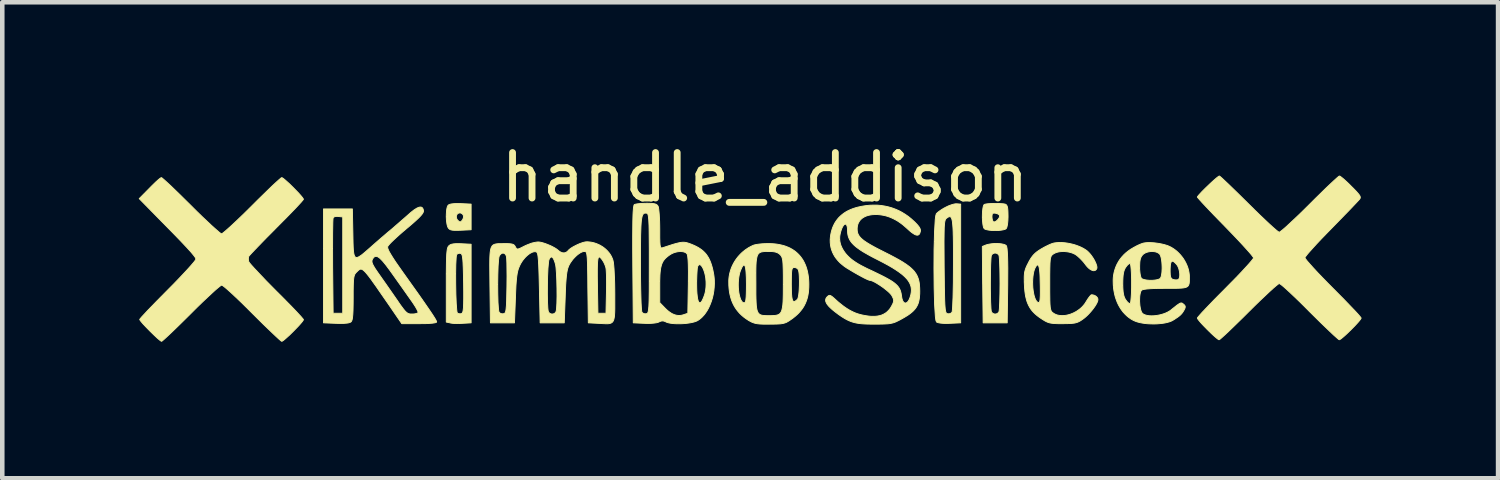
<source format=kicad_pcb>
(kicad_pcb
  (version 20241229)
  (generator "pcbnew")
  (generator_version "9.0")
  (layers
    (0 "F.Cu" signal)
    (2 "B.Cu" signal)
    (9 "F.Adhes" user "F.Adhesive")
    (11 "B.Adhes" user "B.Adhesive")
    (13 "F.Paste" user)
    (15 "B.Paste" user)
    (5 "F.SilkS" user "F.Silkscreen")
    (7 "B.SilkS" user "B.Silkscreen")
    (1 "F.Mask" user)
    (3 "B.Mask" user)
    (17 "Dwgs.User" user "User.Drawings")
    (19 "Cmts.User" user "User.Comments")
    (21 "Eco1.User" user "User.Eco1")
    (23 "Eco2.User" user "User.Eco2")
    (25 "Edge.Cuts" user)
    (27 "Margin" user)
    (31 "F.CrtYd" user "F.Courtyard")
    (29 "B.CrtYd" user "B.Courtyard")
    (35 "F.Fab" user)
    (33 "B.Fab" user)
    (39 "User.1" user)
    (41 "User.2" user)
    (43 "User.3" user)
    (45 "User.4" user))
  (footprint "handle_addison"
    (layer "F.Cu")
    (at 13.843 3.148)
    (property "Reference" "handle_addison" (at -0.08 -2.3 0) (unlocked yes) (layer "F.SilkS") (effects (font (size 1 1) (thickness 0.15))))
    (attr smd)
    (fp_poly (pts (xy -6.809 -0.843) (xy -6.753 -0.841) (xy -6.538 -0.83) (xy -6.538 0.898) (xy -6.728 0.909) (xy -6.768 0.911) (xy -6.809 0.912) (xy -6.849 0.913) (xy -6.888 0.912) (xy -6.924 0.91) (xy -6.94 0.909) (xy -6.956 0.907) (xy -6.97 0.905) (xy -6.983 0.903) (xy -6.994 0.901) (xy -7.003 0.898) (xy -7.084 0.881) (xy -7.084 0.073) (xy -7.084 -0.163) (xy -7.084 -0.18) (xy -6.878 -0.18) (xy -6.877 0.047) (xy -6.873 0.273) (xy -6.865 0.472) (xy -6.854 0.616) (xy -6.848 0.66) (xy -6.841 0.68) (xy -6.837 0.683) (xy -6.833 0.686) (xy -6.829 0.688) (xy -6.824 0.691) (xy -6.818 0.693) (xy -6.813 0.695) (xy -6.807 0.696) (xy -6.8 0.697) (xy -6.794 0.698) (xy -6.788 0.699) (xy -6.781 0.699) (xy -6.774 0.699) (xy -6.768 0.698) (xy -6.762 0.697) (xy -6.755 0.696) (xy -6.749 0.694) (xy -6.741 0.689) (xy -6.734 0.682) (xy -6.727 0.673) (xy -6.722 0.66) (xy -6.717 0.643) (xy -6.713 0.621) (xy -6.706 0.563) (xy -6.703 0.479) (xy -6.701 0.365) (xy -6.701 0.216) (xy -6.703 0.027) (xy -6.705 -0.074) (xy -6.707 -0.164) (xy -6.709 -0.243) (xy -6.711 -0.314) (xy -6.714 -0.375) (xy -6.715 -0.402) (xy -6.716 -0.427) (xy -6.718 -0.451) (xy -6.719 -0.472) (xy -6.721 -0.492) (xy -6.723 -0.51) (xy -6.725 -0.526) (xy -6.727 -0.541) (xy -6.729 -0.555) (xy -6.731 -0.567) (xy -6.734 -0.577) (xy -6.736 -0.587) (xy -6.739 -0.595) (xy -6.742 -0.602) (xy -6.745 -0.608) (xy -6.749 -0.613) (xy -6.752 -0.618) (xy -6.756 -0.621) (xy -6.76 -0.624) (xy -6.764 -0.626) (xy -6.769 -0.628) (xy -6.774 -0.629) (xy -6.777 -0.63) (xy -6.78 -0.63) (xy -6.783 -0.631) (xy -6.786 -0.631) (xy -6.789 -0.631) (xy -6.792 -0.631) (xy -6.795 -0.631) (xy -6.798 -0.631) (xy -6.801 -0.63) (xy -6.804 -0.63) (xy -6.807 -0.629) (xy -6.81 -0.629) (xy -6.816 -0.627) (xy -6.821 -0.626) (xy -6.826 -0.623) (xy -6.832 -0.621) (xy -6.836 -0.618) (xy -6.839 -0.617) (xy -6.841 -0.615) (xy -6.843 -0.614) (xy -6.845 -0.612) (xy -6.847 -0.61) (xy -6.849 -0.608) (xy -6.851 -0.607) (xy -6.852 -0.605) (xy -6.854 -0.603) (xy -6.855 -0.601) (xy -6.862 -0.577) (xy -6.867 -0.53) (xy -6.875 -0.381) (xy -6.878 -0.18) (xy -7.084 -0.18) (xy -7.083 -0.262) (xy -7.082 -0.35) (xy -7.081 -0.428) (xy -7.079 -0.496) (xy -7.077 -0.554) (xy -7.075 -0.604) (xy -7.071 -0.647) (xy -7.069 -0.666) (xy -7.067 -0.683) (xy -7.065 -0.698) (xy -7.063 -0.712) (xy -7.06 -0.725) (xy -7.058 -0.737) (xy -7.055 -0.747) (xy -7.051 -0.756) (xy -7.048 -0.765) (xy -7.044 -0.772) (xy -7.041 -0.779) (xy -7.037 -0.785) (xy -7.032 -0.79) (xy -7.028 -0.795) (xy -7.02 -0.802) (xy -7.011 -0.809) (xy -7.001 -0.815) (xy -6.99 -0.821) (xy -6.978 -0.826) (xy -6.965 -0.83) (xy -6.951 -0.833) (xy -6.935 -0.836) (xy -6.918 -0.839) (xy -6.9 -0.84) (xy -6.88 -0.842) (xy -6.858 -0.843) (xy -6.835 -0.843)) (stroke (width 0.02) (type solid)) (fill yes) (layer "F.SilkS"))
    (fp_poly (pts (xy -6.767 -1.723) (xy -6.538 -1.712) (xy -6.538 -1.148) (xy -6.767 -1.137) (xy -6.8 -1.136) (xy -6.83 -1.135) (xy -6.857 -1.135) (xy -6.882 -1.135) (xy -6.904 -1.135) (xy -6.924 -1.137) (xy -6.933 -1.137) (xy -6.942 -1.138) (xy -6.95 -1.139) (xy -6.958 -1.141) (xy -6.966 -1.142) (xy -6.973 -1.144) (xy -6.979 -1.145) (xy -6.985 -1.147) (xy -6.991 -1.149) (xy -6.997 -1.152) (xy -7.002 -1.154) (xy -7.007 -1.157) (xy -7.012 -1.16) (xy -7.016 -1.163) (xy -7.02 -1.166) (xy -7.024 -1.17) (xy -7.028 -1.174) (xy -7.032 -1.178) (xy -7.035 -1.182) (xy -7.038 -1.186) (xy -7.044 -1.195) (xy -7.049 -1.205) (xy -7.058 -1.229) (xy -7.066 -1.258) (xy -7.072 -1.291) (xy -7.077 -1.327) (xy -7.081 -1.366) (xy -7.083 -1.406) (xy -7.084 -1.433) (xy -6.863 -1.433) (xy -6.862 -1.427) (xy -6.862 -1.42) (xy -6.861 -1.413) (xy -6.859 -1.406) (xy -6.857 -1.4) (xy -6.855 -1.393) (xy -6.852 -1.386) (xy -6.849 -1.38) (xy -6.845 -1.374) (xy -6.841 -1.368) (xy -6.836 -1.362) (xy -6.83 -1.356) (xy -6.822 -1.348) (xy -6.815 -1.341) (xy -6.811 -1.338) (xy -6.808 -1.335) (xy -6.805 -1.332) (xy -6.802 -1.33) (xy -6.799 -1.328) (xy -6.796 -1.326) (xy -6.793 -1.325) (xy -6.79 -1.324) (xy -6.788 -1.323) (xy -6.785 -1.322) (xy -6.783 -1.322) (xy -6.78 -1.321) (xy -6.778 -1.322) (xy -6.775 -1.322) (xy -6.773 -1.323) (xy -6.77 -1.324) (xy -6.768 -1.325) (xy -6.765 -1.326) (xy -6.763 -1.328) (xy -6.76 -1.33) (xy -6.757 -1.332) (xy -6.754 -1.335) (xy -6.751 -1.338) (xy -6.748 -1.341) (xy -6.742 -1.348) (xy -6.735 -1.356) (xy -6.731 -1.362) (xy -6.726 -1.368) (xy -6.722 -1.375) (xy -6.719 -1.382) (xy -6.716 -1.39) (xy -6.713 -1.397) (xy -6.71 -1.404) (xy -6.708 -1.412) (xy -6.707 -1.419) (xy -6.705 -1.427) (xy -6.705 -1.434) (xy -6.705 -1.441) (xy -6.705 -1.447) (xy -6.706 -1.451) (xy -6.706 -1.454) (xy -6.707 -1.457) (xy -6.708 -1.46) (xy -6.709 -1.462) (xy -6.71 -1.465) (xy -6.713 -1.47) (xy -6.715 -1.476) (xy -6.718 -1.481) (xy -6.722 -1.485) (xy -6.726 -1.49) (xy -6.73 -1.494) (xy -6.735 -1.498) (xy -6.739 -1.502) (xy -6.745 -1.506) (xy -6.75 -1.509) (xy -6.755 -1.511) (xy -6.761 -1.514) (xy -6.767 -1.516) (xy -6.773 -1.517) (xy -6.776 -1.517) (xy -6.779 -1.518) (xy -6.781 -1.518) (xy -6.784 -1.518) (xy -6.792 -1.518) (xy -6.798 -1.517) (xy -6.805 -1.515) (xy -6.811 -1.514) (xy -6.817 -1.511) (xy -6.823 -1.508) (xy -6.828 -1.505) (xy -6.833 -1.501) (xy -6.837 -1.497) (xy -6.842 -1.493) (xy -6.845 -1.488) (xy -6.849 -1.483) (xy -6.852 -1.477) (xy -6.855 -1.471) (xy -6.857 -1.466) (xy -6.859 -1.459) (xy -6.861 -1.453) (xy -6.862 -1.447) (xy -6.862 -1.44) (xy -6.863 -1.433) (xy -7.084 -1.433) (xy -7.084 -1.446) (xy -7.083 -1.486) (xy -7.081 -1.525) (xy -7.078 -1.563) (xy -7.074 -1.597) (xy -7.068 -1.627) (xy -7.061 -1.653) (xy -7.056 -1.664) (xy -7.052 -1.673) (xy -7.047 -1.681) (xy -7.042 -1.687) (xy -7.036 -1.693) (xy -7.028 -1.697) (xy -7.019 -1.702) (xy -7.008 -1.706) (xy -6.996 -1.71) (xy -6.982 -1.713) (xy -6.966 -1.716) (xy -6.949 -1.718) (xy -6.931 -1.72) (xy -6.912 -1.722) (xy -6.891 -1.723) (xy -6.868 -1.724) (xy -6.82 -1.724)) (stroke (width 0.02) (type solid)) (fill yes) (layer "F.SilkS"))
    (fp_poly (pts (xy 5.031 -0.845) (xy 5.064 -0.844) (xy 5.096 -0.841) (xy 5.125 -0.837) (xy 5.153 -0.831) (xy 5.177 -0.825) (xy 5.197 -0.817) (xy 5.205 -0.813) (xy 5.213 -0.808) (xy 5.219 -0.804) (xy 5.224 -0.798) (xy 5.229 -0.79) (xy 5.234 -0.776) (xy 5.242 -0.73) (xy 5.248 -0.661) (xy 5.253 -0.568) (xy 5.256 -0.449) (xy 5.258 -0.303) (xy 5.256 0.073) (xy 5.245 0.898) (xy 4.716 0.898) (xy 4.706 0.059) (xy 4.705 0.034) (xy 4.875 0.034) (xy 4.875 0.147) (xy 4.877 0.255) (xy 4.879 0.355) (xy 4.881 0.444) (xy 4.885 0.521) (xy 4.888 0.582) (xy 4.892 0.625) (xy 4.894 0.639) (xy 4.896 0.648) (xy 4.897 0.651) (xy 4.898 0.654) (xy 4.9 0.657) (xy 4.901 0.66) (xy 4.905 0.665) (xy 4.909 0.67) (xy 4.913 0.675) (xy 4.918 0.68) (xy 4.923 0.684) (xy 4.929 0.688) (xy 4.935 0.692) (xy 4.941 0.695) (xy 4.948 0.698) (xy 4.954 0.7) (xy 4.961 0.702) (xy 4.967 0.703) (xy 4.974 0.704) (xy 4.981 0.704) (xy 4.984 0.704) (xy 4.987 0.704) (xy 4.991 0.704) (xy 4.994 0.703) (xy 4.997 0.703) (xy 5.001 0.702) (xy 5.004 0.701) (xy 5.007 0.7) (xy 5.011 0.699) (xy 5.014 0.698) (xy 5.017 0.696) (xy 5.02 0.695) (xy 5.023 0.693) (xy 5.026 0.692) (xy 5.029 0.69) (xy 5.032 0.688) (xy 5.035 0.686) (xy 5.038 0.684) (xy 5.041 0.682) (xy 5.043 0.68) (xy 5.046 0.678) (xy 5.048 0.675) (xy 5.05 0.673) (xy 5.053 0.67) (xy 5.055 0.668) (xy 5.057 0.665) (xy 5.058 0.662) (xy 5.06 0.66) (xy 5.062 0.657) (xy 5.063 0.654) (xy 5.064 0.651) (xy 5.065 0.648) (xy 5.069 0.625) (xy 5.073 0.582) (xy 5.08 0.444) (xy 5.085 0.255) (xy 5.087 0.034) (xy 5.086 -0.079) (xy 5.085 -0.187) (xy 5.083 -0.287) (xy 5.08 -0.376) (xy 5.077 -0.452) (xy 5.073 -0.514) (xy 5.069 -0.557) (xy 5.067 -0.571) (xy 5.065 -0.58) (xy 5.064 -0.583) (xy 5.063 -0.586) (xy 5.062 -0.588) (xy 5.06 -0.591) (xy 5.057 -0.597) (xy 5.053 -0.602) (xy 5.048 -0.607) (xy 5.043 -0.611) (xy 5.038 -0.616) (xy 5.032 -0.62) (xy 5.026 -0.623) (xy 5.02 -0.627) (xy 5.014 -0.629) (xy 5.007 -0.632) (xy 5.001 -0.634) (xy 4.994 -0.635) (xy 4.987 -0.636) (xy 4.981 -0.636) (xy 4.977 -0.636) (xy 4.974 -0.636) (xy 4.971 -0.635) (xy 4.967 -0.635) (xy 4.964 -0.634) (xy 4.961 -0.634) (xy 4.957 -0.633) (xy 4.954 -0.632) (xy 4.951 -0.631) (xy 4.948 -0.629) (xy 4.944 -0.628) (xy 4.941 -0.627) (xy 4.938 -0.625) (xy 4.935 -0.623) (xy 4.932 -0.622) (xy 4.929 -0.62) (xy 4.926 -0.618) (xy 4.923 -0.616) (xy 4.921 -0.614) (xy 4.918 -0.611) (xy 4.916 -0.609) (xy 4.913 -0.607) (xy 4.911 -0.604) (xy 4.909 -0.602) (xy 4.907 -0.599) (xy 4.905 -0.597) (xy 4.903 -0.594) (xy 4.901 -0.591) (xy 4.9 -0.588) (xy 4.898 -0.586) (xy 4.897 -0.583) (xy 4.896 -0.58) (xy 4.892 -0.557) (xy 4.888 -0.514) (xy 4.881 -0.376) (xy 4.877 -0.187) (xy 4.875 0.034) (xy 4.705 0.034) (xy 4.698 -0.781) (xy 4.776 -0.813) (xy 4.802 -0.821) (xy 4.83 -0.828) (xy 4.861 -0.834) (xy 4.893 -0.839) (xy 4.927 -0.843) (xy 4.962 -0.845) (xy 4.996 -0.846)) (stroke (width 0.02) (type solid)) (fill yes) (layer "F.SilkS"))
    (fp_poly (pts (xy 4.134 -1.719) (xy 4.222 -1.712) (xy 4.222 0.898) (xy 3.982 0.909) (xy 3.955 0.91) (xy 3.928 0.911) (xy 3.903 0.911) (xy 3.879 0.911) (xy 3.855 0.91) (xy 3.833 0.909) (xy 3.812 0.907) (xy 3.792 0.905) (xy 3.774 0.903) (xy 3.757 0.9) (xy 3.742 0.897) (xy 3.728 0.894) (xy 3.716 0.89) (xy 3.705 0.886) (xy 3.696 0.882) (xy 3.693 0.88) (xy 3.69 0.877) (xy 3.677 0.842) (xy 3.666 0.763) (xy 3.649 0.496) (xy 3.639 0.126) (xy 3.635 -0.295) (xy 3.637 -0.719) (xy 3.642 -0.887) (xy 3.856 -0.887) (xy 3.859 -0.336) (xy 3.861 -0.165) (xy 3.863 -0.015) (xy 3.864 0.117) (xy 3.867 0.232) (xy 3.868 0.283) (xy 3.869 0.33) (xy 3.87 0.373) (xy 3.871 0.413) (xy 3.873 0.449) (xy 3.874 0.482) (xy 3.876 0.512) (xy 3.878 0.539) (xy 3.88 0.563) (xy 3.882 0.585) (xy 3.884 0.604) (xy 3.887 0.621) (xy 3.888 0.628) (xy 3.89 0.635) (xy 3.891 0.642) (xy 3.892 0.648) (xy 3.894 0.653) (xy 3.896 0.658) (xy 3.897 0.663) (xy 3.899 0.667) (xy 3.901 0.671) (xy 3.903 0.675) (xy 3.905 0.678) (xy 3.907 0.681) (xy 3.909 0.683) (xy 3.911 0.686) (xy 3.913 0.688) (xy 3.915 0.69) (xy 3.918 0.691) (xy 3.92 0.692) (xy 3.923 0.694) (xy 3.925 0.695) (xy 3.928 0.695) (xy 3.931 0.696) (xy 3.936 0.697) (xy 3.94 0.698) (xy 3.943 0.698) (xy 3.947 0.699) (xy 3.95 0.699) (xy 3.957 0.699) (xy 3.964 0.699) (xy 3.971 0.698) (xy 3.977 0.697) (xy 3.984 0.695) (xy 3.991 0.693) (xy 3.997 0.69) (xy 4.003 0.688) (xy 4.006 0.686) (xy 4.009 0.684) (xy 4.012 0.682) (xy 4.014 0.681) (xy 4.017 0.679) (xy 4.019 0.676) (xy 4.022 0.674) (xy 4.024 0.672) (xy 4.026 0.67) (xy 4.028 0.667) (xy 4.03 0.665) (xy 4.032 0.662) (xy 4.035 0.652) (xy 4.038 0.633) (xy 4.044 0.566) (xy 4.054 0.338) (xy 4.061 0.013) (xy 4.063 -0.375) (xy 4.063 -0.56) (xy 4.063 -0.724) (xy 4.062 -0.868) (xy 4.06 -0.992) (xy 4.058 -1.048) (xy 4.057 -1.099) (xy 4.055 -1.146) (xy 4.053 -1.188) (xy 4.05 -1.227) (xy 4.047 -1.262) (xy 4.044 -1.293) (xy 4.041 -1.321) (xy 4.037 -1.345) (xy 4.032 -1.366) (xy 4.03 -1.376) (xy 4.027 -1.385) (xy 4.025 -1.392) (xy 4.022 -1.4) (xy 4.019 -1.406) (xy 4.016 -1.412) (xy 4.013 -1.417) (xy 4.009 -1.421) (xy 4.006 -1.425) (xy 4.003 -1.429) (xy 3.999 -1.431) (xy 3.995 -1.433) (xy 3.991 -1.435) (xy 3.987 -1.436) (xy 3.983 -1.436) (xy 3.978 -1.436) (xy 3.974 -1.435) (xy 3.969 -1.434) (xy 3.964 -1.433) (xy 3.959 -1.431) (xy 3.948 -1.426) (xy 3.937 -1.419) (xy 3.925 -1.411) (xy 3.912 -1.402) (xy 3.902 -1.393) (xy 3.893 -1.383) (xy 3.885 -1.368) (xy 3.879 -1.349) (xy 3.873 -1.324) (xy 3.868 -1.291) (xy 3.861 -1.201) (xy 3.858 -1.069) (xy 3.856 -0.887) (xy 3.642 -0.887) (xy 3.647 -1.094) (xy 3.663 -1.37) (xy 3.674 -1.455) (xy 3.686 -1.497) (xy 3.691 -1.504) (xy 3.698 -1.511) (xy 3.706 -1.519) (xy 3.716 -1.528) (xy 3.727 -1.537) (xy 3.738 -1.546) (xy 3.764 -1.565) (xy 3.794 -1.585) (xy 3.825 -1.605) (xy 3.857 -1.624) (xy 3.891 -1.642) (xy 3.907 -1.65) (xy 3.923 -1.658) (xy 3.94 -1.666) (xy 3.957 -1.674) (xy 3.975 -1.681) (xy 3.992 -1.687) (xy 4.009 -1.693) (xy 4.026 -1.699) (xy 4.042 -1.704) (xy 4.058 -1.708) (xy 4.073 -1.712) (xy 4.087 -1.715) (xy 4.1 -1.717) (xy 4.113 -1.719) (xy 4.124 -1.719)) (stroke (width 0.02) (type solid)) (fill yes) (layer "F.SilkS"))
    (fp_poly (pts (xy 5.049 -1.726) (xy 5.116 -1.722) (xy 5.146 -1.72) (xy 5.171 -1.717) (xy 5.192 -1.713) (xy 5.206 -1.709) (xy 5.214 -1.705) (xy 5.221 -1.7) (xy 5.227 -1.694) (xy 5.233 -1.687) (xy 5.238 -1.678) (xy 5.243 -1.668) (xy 5.247 -1.656) (xy 5.251 -1.642) (xy 5.254 -1.626) (xy 5.256 -1.608) (xy 5.258 -1.589) (xy 5.26 -1.566) (xy 5.261 -1.541) (xy 5.262 -1.514) (xy 5.263 -1.451) (xy 5.263 -1.426) (xy 5.262 -1.401) (xy 5.261 -1.376) (xy 5.26 -1.353) (xy 5.258 -1.33) (xy 5.256 -1.309) (xy 5.254 -1.289) (xy 5.251 -1.269) (xy 5.248 -1.252) (xy 5.245 -1.235) (xy 5.241 -1.22) (xy 5.238 -1.207) (xy 5.234 -1.195) (xy 5.229 -1.186) (xy 5.227 -1.182) (xy 5.225 -1.178) (xy 5.223 -1.175) (xy 5.221 -1.172) (xy 5.215 -1.168) (xy 5.208 -1.163) (xy 5.199 -1.159) (xy 5.188 -1.155) (xy 5.176 -1.152) (xy 5.163 -1.148) (xy 5.148 -1.145) (xy 5.132 -1.142) (xy 5.098 -1.137) (xy 5.061 -1.133) (xy 5.021 -1.131) (xy 4.981 -1.13) (xy 4.96 -1.13) (xy 4.94 -1.131) (xy 4.92 -1.132) (xy 4.901 -1.133) (xy 4.882 -1.135) (xy 4.863 -1.137) (xy 4.846 -1.139) (xy 4.829 -1.142) (xy 4.813 -1.145) (xy 4.799 -1.148) (xy 4.785 -1.152) (xy 4.773 -1.155) (xy 4.763 -1.159) (xy 4.754 -1.163) (xy 4.75 -1.166) (xy 4.746 -1.168) (xy 4.743 -1.17) (xy 4.741 -1.172) (xy 4.736 -1.179) (xy 4.731 -1.187) (xy 4.726 -1.198) (xy 4.722 -1.211) (xy 4.715 -1.241) (xy 4.709 -1.276) (xy 4.705 -1.317) (xy 4.701 -1.36) (xy 4.699 -1.406) (xy 4.699 -1.433) (xy 4.91 -1.433) (xy 4.91 -1.424) (xy 4.911 -1.415) (xy 4.912 -1.406) (xy 4.913 -1.397) (xy 4.914 -1.389) (xy 4.916 -1.381) (xy 4.917 -1.373) (xy 4.919 -1.365) (xy 4.922 -1.358) (xy 4.924 -1.352) (xy 4.927 -1.346) (xy 4.929 -1.34) (xy 4.932 -1.335) (xy 4.935 -1.331) (xy 4.937 -1.329) (xy 4.939 -1.327) (xy 4.94 -1.325) (xy 4.942 -1.324) (xy 4.946 -1.322) (xy 4.951 -1.321) (xy 4.955 -1.32) (xy 4.961 -1.321) (xy 4.966 -1.322) (xy 4.971 -1.323) (xy 4.977 -1.325) (xy 4.983 -1.328) (xy 4.989 -1.331) (xy 4.995 -1.334) (xy 5.001 -1.338) (xy 5.008 -1.343) (xy 5.02 -1.353) (xy 5.031 -1.364) (xy 5.042 -1.376) (xy 5.052 -1.388) (xy 5.061 -1.401) (xy 5.065 -1.408) (xy 5.068 -1.414) (xy 5.071 -1.421) (xy 5.074 -1.427) (xy 5.076 -1.433) (xy 5.077 -1.44) (xy 5.078 -1.445) (xy 5.078 -1.451) (xy 5.077 -1.457) (xy 5.076 -1.462) (xy 5.075 -1.464) (xy 5.074 -1.466) (xy 5.072 -1.47) (xy 5.069 -1.473) (xy 5.065 -1.477) (xy 5.061 -1.481) (xy 5.056 -1.485) (xy 5.051 -1.488) (xy 5.045 -1.492) (xy 5.039 -1.495) (xy 5.032 -1.498) (xy 5.026 -1.501) (xy 5.018 -1.503) (xy 5.011 -1.506) (xy 5.003 -1.508) (xy 4.996 -1.51) (xy 4.988 -1.511) (xy 4.976 -1.513) (xy 4.966 -1.514) (xy 4.961 -1.514) (xy 4.957 -1.514) (xy 4.953 -1.514) (xy 4.949 -1.513) (xy 4.945 -1.513) (xy 4.942 -1.512) (xy 4.938 -1.511) (xy 4.935 -1.51) (xy 4.932 -1.508) (xy 4.93 -1.507) (xy 4.927 -1.505) (xy 4.925 -1.503) (xy 4.923 -1.5) (xy 4.921 -1.498) (xy 4.919 -1.495) (xy 4.918 -1.492) (xy 4.917 -1.488) (xy 4.915 -1.485) (xy 4.914 -1.481) (xy 4.913 -1.477) (xy 4.912 -1.468) (xy 4.911 -1.457) (xy 4.91 -1.446) (xy 4.91 -1.433) (xy 4.699 -1.433) (xy 4.699 -1.452) (xy 4.7 -1.498) (xy 4.702 -1.542) (xy 4.706 -1.583) (xy 4.711 -1.621) (xy 4.717 -1.653) (xy 4.725 -1.678) (xy 4.729 -1.688) (xy 4.734 -1.696) (xy 4.739 -1.702) (xy 4.744 -1.705) (xy 4.759 -1.71) (xy 4.78 -1.714) (xy 4.805 -1.718) (xy 4.834 -1.721) (xy 4.902 -1.725) (xy 4.975 -1.727)) (stroke (width 0.02) (type solid)) (fill yes) (layer "F.SilkS"))
    (fp_poly (pts (xy -10.695 -2.293) (xy -10.687 -2.289) (xy -10.667 -2.276) (xy -10.639 -2.254) (xy -10.607 -2.226) (xy -10.57 -2.193) (xy -10.529 -2.156) (xy -10.445 -2.073) (xy -10.363 -1.989) (xy -10.325 -1.949) (xy -10.292 -1.912) (xy -10.264 -1.879) (xy -10.243 -1.852) (xy -10.229 -1.831) (xy -10.225 -1.823) (xy -10.224 -1.818) (xy -10.227 -1.812) (xy -10.236 -1.8) (xy -10.27 -1.759) (xy -10.325 -1.699) (xy -10.396 -1.623) (xy -10.583 -1.43) (xy -10.81 -1.201) (xy -10.927 -1.082) (xy -11.039 -0.97) (xy -11.14 -0.866) (xy -11.23 -0.773) (xy -11.306 -0.694) (xy -11.365 -0.632) (xy -11.405 -0.588) (xy -11.417 -0.574) (xy -11.423 -0.566) (xy -11.426 -0.56) (xy -11.428 -0.554) (xy -11.43 -0.547) (xy -11.431 -0.54) (xy -11.433 -0.532) (xy -11.433 -0.524) (xy -11.434 -0.516) (xy -11.434 -0.508) (xy -11.434 -0.499) (xy -11.433 -0.491) (xy -11.433 -0.482) (xy -11.431 -0.474) (xy -11.43 -0.465) (xy -11.428 -0.457) (xy -11.426 -0.45) (xy -11.423 -0.442) (xy -11.417 -0.432) (xy -11.405 -0.416) (xy -11.365 -0.369) (xy -11.306 -0.303) (xy -11.23 -0.222) (xy -11.039 -0.021) (xy -10.81 0.211) (xy -10.692 0.328) (xy -10.583 0.439) (xy -10.483 0.541) (xy -10.396 0.632) (xy -10.325 0.708) (xy -10.27 0.768) (xy -10.251 0.791) (xy -10.236 0.808) (xy -10.227 0.821) (xy -10.225 0.825) (xy -10.224 0.828) (xy -10.225 0.833) (xy -10.229 0.841) (xy -10.243 0.862) (xy -10.264 0.889) (xy -10.292 0.922) (xy -10.325 0.959) (xy -10.363 0.999) (xy -10.445 1.083) (xy -10.529 1.166) (xy -10.57 1.203) (xy -10.607 1.236) (xy -10.639 1.264) (xy -10.667 1.286) (xy -10.687 1.299) (xy -10.695 1.303) (xy -10.7 1.304) (xy -10.707 1.301) (xy -10.719 1.292) (xy -10.762 1.255) (xy -10.824 1.198) (xy -10.904 1.122) (xy -11.108 0.926) (xy -11.349 0.687) (xy -11.473 0.563) (xy -11.591 0.447) (xy -11.7 0.343) (xy -11.798 0.251) (xy -11.882 0.175) (xy -11.918 0.144) (xy -11.949 0.118) (xy -11.975 0.097) (xy -11.996 0.082) (xy -12.011 0.073) (xy -12.016 0.07) (xy -12.02 0.069) (xy -12.029 0.073) (xy -12.044 0.082) (xy -12.091 0.118) (xy -12.158 0.175) (xy -12.241 0.251) (xy -12.34 0.343) (xy -12.45 0.447) (xy -12.569 0.563) (xy -12.693 0.687) (xy -12.818 0.811) (xy -12.935 0.926) (xy -13.043 1.031) (xy -13.138 1.122) (xy -13.219 1.198) (xy -13.281 1.255) (xy -13.305 1.276) (xy -13.324 1.292) (xy -13.336 1.301) (xy -13.34 1.303) (xy -13.343 1.304) (xy -13.347 1.303) (xy -13.354 1.299) (xy -13.374 1.285) (xy -13.401 1.263) (xy -13.434 1.235) (xy -13.511 1.163) (xy -13.597 1.079) (xy -13.681 0.993) (xy -13.753 0.916) (xy -13.781 0.883) (xy -13.803 0.856) (xy -13.817 0.836) (xy -13.821 0.829) (xy -13.822 0.824) (xy -13.819 0.818) (xy -13.81 0.805) (xy -13.774 0.763) (xy -13.716 0.701) (xy -13.641 0.62) (xy -13.444 0.417) (xy -13.205 0.175) (xy -13.081 0.05) (xy -12.966 -0.069) (xy -12.861 -0.18) (xy -12.769 -0.279) (xy -12.694 -0.363) (xy -12.663 -0.399) (xy -12.636 -0.43) (xy -12.616 -0.457) (xy -12.6 -0.478) (xy -12.591 -0.493) (xy -12.588 -0.498) (xy -12.588 -0.502) (xy -12.59 -0.514) (xy -12.597 -0.531) (xy -12.61 -0.552) (xy -12.63 -0.579) (xy -12.691 -0.653) (xy -12.787 -0.759) (xy -12.921 -0.901) (xy -13.101 -1.087) (xy -13.618 -1.613) (xy -13.833 -1.832) (xy -13.607 -2.061) (xy -13.561 -2.108) (xy -13.517 -2.151) (xy -13.476 -2.191) (xy -13.457 -2.209) (xy -13.438 -2.225) (xy -13.421 -2.241) (xy -13.405 -2.254) (xy -13.391 -2.266) (xy -13.378 -2.276) (xy -13.367 -2.284) (xy -13.358 -2.289) (xy -13.355 -2.291) (xy -13.351 -2.293) (xy -13.348 -2.294) (xy -13.346 -2.294) (xy -13.339 -2.291) (xy -13.326 -2.282) (xy -13.283 -2.245) (xy -13.22 -2.188) (xy -13.139 -2.113) (xy -12.935 -1.916) (xy -12.693 -1.677) (xy -12.569 -1.553) (xy -12.45 -1.437) (xy -12.34 -1.333) (xy -12.242 -1.241) (xy -12.158 -1.166) (xy -12.092 -1.108) (xy -12.067 -1.087) (xy -12.046 -1.072) (xy -12.032 -1.063) (xy -12.027 -1.06) (xy -12.023 -1.059) (xy -12.015 -1.063) (xy -12 -1.072) (xy -11.954 -1.108) (xy -11.888 -1.166) (xy -11.804 -1.241) (xy -11.706 -1.333) (xy -11.597 -1.437) (xy -11.478 -1.553) (xy -11.353 -1.677) (xy -11.229 -1.801) (xy -11.111 -1.916) (xy -11.003 -2.021) (xy -10.908 -2.113) (xy -10.827 -2.188) (xy -10.764 -2.245) (xy -10.739 -2.266) (xy -10.721 -2.282) (xy -10.707 -2.291) (xy -10.703 -2.293) (xy -10.7 -2.294)) (stroke (width 0.02) (type solid)) (fill yes) (layer "F.SilkS"))
    (fp_poly (pts (xy 12.552 -2.328) (xy 12.56 -2.325) (xy 12.569 -2.319) (xy 12.58 -2.311) (xy 12.607 -2.29) (xy 12.64 -2.263) (xy 12.677 -2.229) (xy 12.719 -2.191) (xy 12.763 -2.149) (xy 12.808 -2.103) (xy 12.845 -2.067) (xy 12.877 -2.034) (xy 12.905 -2.005) (xy 12.929 -1.979) (xy 12.939 -1.967) (xy 12.949 -1.956) (xy 12.958 -1.946) (xy 12.966 -1.936) (xy 12.973 -1.927) (xy 12.98 -1.918) (xy 12.986 -1.91) (xy 12.991 -1.902) (xy 12.995 -1.895) (xy 12.998 -1.888) (xy 13.001 -1.881) (xy 13.003 -1.875) (xy 13.005 -1.869) (xy 13.005 -1.863) (xy 13.006 -1.858) (xy 13.005 -1.853) (xy 13.004 -1.848) (xy 13.003 -1.843) (xy 13.001 -1.838) (xy 12.999 -1.833) (xy 12.996 -1.829) (xy 12.993 -1.824) (xy 12.989 -1.819) (xy 12.985 -1.814) (xy 12.92 -1.744) (xy 12.782 -1.598) (xy 12.364 -1.169) (xy 12.248 -1.05) (xy 12.14 -0.938) (xy 12.042 -0.834) (xy 11.957 -0.741) (xy 11.887 -0.662) (xy 11.858 -0.629) (xy 11.834 -0.6) (xy 11.815 -0.575) (xy 11.801 -0.556) (xy 11.792 -0.542) (xy 11.79 -0.537) (xy 11.789 -0.534) (xy 11.792 -0.524) (xy 11.802 -0.509) (xy 11.838 -0.462) (xy 11.895 -0.396) (xy 11.971 -0.312) (xy 12.062 -0.213) (xy 12.167 -0.103) (xy 12.282 0.015) (xy 12.406 0.14) (xy 12.53 0.265) (xy 12.646 0.382) (xy 12.75 0.49) (xy 12.842 0.586) (xy 12.918 0.666) (xy 12.975 0.73) (xy 12.996 0.754) (xy 13.011 0.773) (xy 13.02 0.786) (xy 13.023 0.79) (xy 13.024 0.793) (xy 13.022 0.798) (xy 13.019 0.806) (xy 13.005 0.827) (xy 12.984 0.854) (xy 12.956 0.887) (xy 12.922 0.924) (xy 12.885 0.964) (xy 12.802 1.048) (xy 12.717 1.131) (xy 12.677 1.168) (xy 12.64 1.201) (xy 12.606 1.229) (xy 12.579 1.251) (xy 12.557 1.264) (xy 12.55 1.268) (xy 12.544 1.269) (xy 12.537 1.266) (xy 12.524 1.257) (xy 12.481 1.22) (xy 12.417 1.163) (xy 12.337 1.087) (xy 12.133 0.891) (xy 11.891 0.652) (xy 11.768 0.528) (xy 11.65 0.412) (xy 11.541 0.308) (xy 11.444 0.216) (xy 11.361 0.14) (xy 11.326 0.109) (xy 11.295 0.083) (xy 11.269 0.062) (xy 11.248 0.047) (xy 11.233 0.038) (xy 11.228 0.035) (xy 11.224 0.034) (xy 11.216 0.038) (xy 11.201 0.047) (xy 11.155 0.083) (xy 11.089 0.14) (xy 11.006 0.216) (xy 10.908 0.308) (xy 10.798 0.412) (xy 10.679 0.528) (xy 10.554 0.652) (xy 10.43 0.776) (xy 10.312 0.891) (xy 10.204 0.996) (xy 10.109 1.087) (xy 10.028 1.163) (xy 9.965 1.22) (xy 9.941 1.241) (xy 9.922 1.257) (xy 9.909 1.266) (xy 9.904 1.268) (xy 9.902 1.269) (xy 9.896 1.268) (xy 9.889 1.264) (xy 9.868 1.251) (xy 9.841 1.229) (xy 9.808 1.201) (xy 9.771 1.168) (xy 9.731 1.131) (xy 9.646 1.048) (xy 9.564 0.964) (xy 9.526 0.924) (xy 9.493 0.887) (xy 9.465 0.854) (xy 9.444 0.827) (xy 9.43 0.806) (xy 9.427 0.798) (xy 9.425 0.793) (xy 9.428 0.786) (xy 9.438 0.773) (xy 9.474 0.73) (xy 9.531 0.666) (xy 9.607 0.586) (xy 9.803 0.382) (xy 10.043 0.14) (xy 10.166 0.015) (xy 10.282 -0.103) (xy 10.387 -0.213) (xy 10.478 -0.311) (xy 10.554 -0.395) (xy 10.611 -0.461) (xy 10.632 -0.487) (xy 10.647 -0.507) (xy 10.657 -0.522) (xy 10.659 -0.527) (xy 10.66 -0.53) (xy 10.657 -0.538) (xy 10.647 -0.553) (xy 10.611 -0.6) (xy 10.554 -0.667) (xy 10.478 -0.751) (xy 10.387 -0.851) (xy 10.282 -0.963) (xy 10.166 -1.084) (xy 10.043 -1.211) (xy 9.919 -1.338) (xy 9.803 -1.457) (xy 9.698 -1.567) (xy 9.607 -1.663) (xy 9.531 -1.744) (xy 9.474 -1.807) (xy 9.438 -1.849) (xy 9.428 -1.861) (xy 9.426 -1.865) (xy 9.425 -1.867) (xy 9.426 -1.871) (xy 9.43 -1.877) (xy 9.436 -1.885) (xy 9.443 -1.895) (xy 9.464 -1.92) (xy 9.492 -1.95) (xy 9.525 -1.986) (xy 9.564 -2.025) (xy 9.606 -2.067) (xy 9.651 -2.11) (xy 9.697 -2.154) (xy 9.741 -2.195) (xy 9.782 -2.232) (xy 9.82 -2.265) (xy 9.836 -2.279) (xy 9.852 -2.292) (xy 9.866 -2.303) (xy 9.878 -2.312) (xy 9.889 -2.319) (xy 9.898 -2.325) (xy 9.904 -2.328) (xy 9.907 -2.329) (xy 9.909 -2.329) (xy 9.914 -2.326) (xy 9.926 -2.317) (xy 9.968 -2.28) (xy 10.11 -2.147) (xy 10.312 -1.951) (xy 10.554 -1.712) (xy 10.679 -1.588) (xy 10.798 -1.472) (xy 10.908 -1.368) (xy 11.006 -1.276) (xy 11.089 -1.2) (xy 11.155 -1.143) (xy 11.181 -1.122) (xy 11.201 -1.107) (xy 11.216 -1.098) (xy 11.221 -1.095) (xy 11.224 -1.094) (xy 11.233 -1.098) (xy 11.247 -1.107) (xy 11.293 -1.143) (xy 11.36 -1.2) (xy 11.443 -1.276) (xy 11.541 -1.368) (xy 11.651 -1.472) (xy 11.77 -1.588) (xy 11.895 -1.712) (xy 12.019 -1.836) (xy 12.137 -1.951) (xy 12.244 -2.056) (xy 12.34 -2.147) (xy 12.421 -2.223) (xy 12.484 -2.28) (xy 12.508 -2.301) (xy 12.527 -2.317) (xy 12.54 -2.326) (xy 12.545 -2.328) (xy 12.547 -2.329)) (stroke (width 0.02) (type solid)) (fill yes) (layer "F.SilkS"))
    (fp_poly (pts (xy -7.641 -1.646) (xy -7.634 -1.645) (xy -7.627 -1.642) (xy -7.624 -1.64) (xy -7.62 -1.639) (xy -7.617 -1.637) (xy -7.615 -1.634) (xy -7.609 -1.629) (xy -7.604 -1.623) (xy -7.6 -1.616) (xy -7.596 -1.608) (xy -7.592 -1.599) (xy -7.59 -1.589) (xy -7.587 -1.579) (xy -7.585 -1.567) (xy -7.585 -1.556) (xy -7.587 -1.544) (xy -7.592 -1.531) (xy -7.6 -1.516) (xy -7.61 -1.5) (xy -7.623 -1.482) (xy -7.64 -1.462) (xy -7.66 -1.44) (xy -7.684 -1.415) (xy -7.711 -1.389) (xy -7.778 -1.327) (xy -7.861 -1.255) (xy -7.963 -1.169) (xy -8.041 -1.103) (xy -8.114 -1.039) (xy -8.182 -0.978) (xy -8.243 -0.921) (xy -8.269 -0.896) (xy -8.294 -0.872) (xy -8.315 -0.85) (xy -8.333 -0.83) (xy -8.348 -0.813) (xy -8.36 -0.798) (xy -8.368 -0.786) (xy -8.37 -0.781) (xy -8.372 -0.777) (xy -8.373 -0.767) (xy -8.372 -0.754) (xy -8.369 -0.738) (xy -8.362 -0.719) (xy -8.353 -0.697) (xy -8.341 -0.672) (xy -8.307 -0.612) (xy -8.26 -0.536) (xy -8.2 -0.444) (xy -8.124 -0.335) (xy -8.033 -0.206) (xy -7.843 0.061) (xy -7.684 0.284) (xy -7.557 0.466) (xy -7.457 0.611) (xy -7.383 0.721) (xy -7.355 0.765) (xy -7.333 0.8) (xy -7.317 0.829) (xy -7.305 0.851) (xy -7.298 0.867) (xy -7.297 0.873) (xy -7.296 0.877) (xy -7.298 0.882) (xy -7.302 0.886) (xy -7.31 0.89) (xy -7.321 0.894) (xy -7.335 0.897) (xy -7.352 0.9) (xy -7.394 0.906) (xy -7.449 0.91) (xy -7.515 0.914) (xy -7.592 0.915) (xy -7.681 0.916) (xy -8.062 0.916) (xy -8.347 0.5) (xy -8.545 0.215) (xy -8.624 0.1) (xy -8.693 0.004) (xy -8.723 -0.039) (xy -8.751 -0.077) (xy -8.777 -0.112) (xy -8.801 -0.142) (xy -8.823 -0.17) (xy -8.843 -0.194) (xy -8.861 -0.215) (xy -8.878 -0.232) (xy -8.894 -0.247) (xy -8.901 -0.253) (xy -8.908 -0.259) (xy -8.915 -0.264) (xy -8.921 -0.268) (xy -8.928 -0.272) (xy -8.934 -0.275) (xy -8.939 -0.278) (xy -8.945 -0.279) (xy -8.951 -0.281) (xy -8.956 -0.282) (xy -8.961 -0.282) (xy -8.966 -0.282) (xy -8.971 -0.281) (xy -8.976 -0.28) (xy -8.981 -0.278) (xy -8.986 -0.276) (xy -8.991 -0.274) (xy -8.996 -0.271) (xy -9.005 -0.264) (xy -9.015 -0.256) (xy -9.026 -0.247) (xy -9.036 -0.236) (xy -9.06 -0.213) (xy -9.071 -0.201) (xy -9.081 -0.189) (xy -9.09 -0.176) (xy -9.098 -0.161) (xy -9.104 -0.144) (xy -9.11 -0.125) (xy -9.115 -0.102) (xy -9.119 -0.075) (xy -9.122 -0.044) (xy -9.125 -0.008) (xy -9.128 0.082) (xy -9.13 0.199) (xy -9.13 0.348) (xy -9.131 0.478) (xy -9.132 0.534) (xy -9.133 0.586) (xy -9.134 0.632) (xy -9.136 0.673) (xy -9.138 0.71) (xy -9.141 0.742) (xy -9.144 0.771) (xy -9.147 0.795) (xy -9.151 0.817) (xy -9.153 0.826) (xy -9.156 0.834) (xy -9.158 0.842) (xy -9.161 0.849) (xy -9.164 0.855) (xy -9.167 0.861) (xy -9.17 0.866) (xy -9.173 0.87) (xy -9.176 0.874) (xy -9.18 0.877) (xy -9.187 0.882) (xy -9.196 0.887) (xy -9.207 0.891) (xy -9.22 0.895) (xy -9.234 0.899) (xy -9.251 0.902) (xy -9.269 0.904) (xy -9.29 0.906) (xy -9.335 0.91) (xy -9.387 0.911) (xy -9.444 0.911) (xy -9.508 0.909) (xy -9.783 0.898) (xy -9.783 -0.736) (xy -9.583 -0.736) (xy -9.582 -0.336) (xy -9.571 0.687) (xy -9.36 0.687) (xy -9.36 -0.455) (xy -8.718 -0.455) (xy -8.717 -0.443) (xy -8.715 -0.429) (xy -8.711 -0.415) (xy -8.705 -0.4) (xy -8.698 -0.383) (xy -8.688 -0.364) (xy -8.677 -0.344) (xy -8.663 -0.321) (xy -8.648 -0.296) (xy -8.63 -0.269) (xy -8.587 -0.206) (xy -8.405 0.053) (xy -8.192 0.359) (xy -8.153 0.415) (xy -8.119 0.466) (xy -8.088 0.51) (xy -8.06 0.548) (xy -8.035 0.581) (xy -8.024 0.596) (xy -8.013 0.609) (xy -8.003 0.621) (xy -7.993 0.633) (xy -7.984 0.643) (xy -7.975 0.652) (xy -7.966 0.66) (xy -7.958 0.667) (xy -7.949 0.674) (xy -7.941 0.68) (xy -7.933 0.685) (xy -7.925 0.689) (xy -7.918 0.693) (xy -7.91 0.696) (xy -7.902 0.698) (xy -7.894 0.7) (xy -7.885 0.702) (xy -7.877 0.703) (xy -7.868 0.704) (xy -7.859 0.704) (xy -7.839 0.704) (xy -7.827 0.704) (xy -7.816 0.704) (xy -7.804 0.703) (xy -7.793 0.702) (xy -7.782 0.701) (xy -7.772 0.699) (xy -7.762 0.697) (xy -7.752 0.695) (xy -7.744 0.693) (xy -7.736 0.69) (xy -7.728 0.688) (xy -7.722 0.685) (xy -7.716 0.682) (xy -7.714 0.681) (xy -7.711 0.679) (xy -7.709 0.678) (xy -7.708 0.676) (xy -7.706 0.674) (xy -7.705 0.673) (xy -7.704 0.671) (xy -7.704 0.668) (xy -7.705 0.661) (xy -7.707 0.653) (xy -7.711 0.642) (xy -7.716 0.629) (xy -7.723 0.615) (xy -7.741 0.581) (xy -7.763 0.543) (xy -7.79 0.501) (xy -7.82 0.455) (xy -7.853 0.408) (xy -8.047 0.133) (xy -8.28 -0.195) (xy -8.328 -0.262) (xy -8.373 -0.322) (xy -8.393 -0.349) (xy -8.413 -0.375) (xy -8.432 -0.399) (xy -8.45 -0.421) (xy -8.467 -0.441) (xy -8.483 -0.46) (xy -8.499 -0.477) (xy -8.514 -0.492) (xy -8.528 -0.506) (xy -8.541 -0.519) (xy -8.554 -0.529) (xy -8.566 -0.539) (xy -8.578 -0.546) (xy -8.589 -0.553) (xy -8.6 -0.558) (xy -8.61 -0.561) (xy -8.615 -0.562) (xy -8.62 -0.563) (xy -8.625 -0.563) (xy -8.629 -0.564) (xy -8.634 -0.563) (xy -8.638 -0.563) (xy -8.643 -0.562) (xy -8.647 -0.561) (xy -8.651 -0.559) (xy -8.655 -0.557) (xy -8.663 -0.553) (xy -8.671 -0.547) (xy -8.678 -0.539) (xy -8.686 -0.531) (xy -8.693 -0.521) (xy -8.7 -0.511) (xy -8.707 -0.499) (xy -8.712 -0.488) (xy -8.715 -0.477) (xy -8.717 -0.466) (xy -8.718 -0.455) (xy -9.36 -0.455) (xy -9.36 -1.43) (xy -9.459 -1.44) (xy -9.464 -1.441) (xy -9.469 -1.442) (xy -9.474 -1.442) (xy -9.479 -1.442) (xy -9.484 -1.442) (xy -9.489 -1.442) (xy -9.494 -1.442) (xy -9.498 -1.442) (xy -9.503 -1.442) (xy -9.508 -1.441) (xy -9.512 -1.441) (xy -9.516 -1.44) (xy -9.52 -1.439) (xy -9.524 -1.438) (xy -9.528 -1.437) (xy -9.532 -1.436) (xy -9.536 -1.435) (xy -9.539 -1.434) (xy -9.543 -1.432) (xy -9.546 -1.431) (xy -9.549 -1.429) (xy -9.552 -1.427) (xy -9.555 -1.425) (xy -9.557 -1.424) (xy -9.56 -1.422) (xy -9.562 -1.42) (xy -9.564 -1.417) (xy -9.566 -1.415) (xy -9.568 -1.413) (xy -9.569 -1.41) (xy -9.57 -1.408) (xy -9.571 -1.405) (xy -9.575 -1.375) (xy -9.578 -1.307) (xy -9.582 -1.072) (xy -9.583 -0.736) (xy -9.783 -0.736) (xy -9.783 -1.606) (xy -9.148 -1.606) (xy -9.137 -1.07) (xy -9.133 -0.857) (xy -9.13 -0.772) (xy -9.126 -0.701) (xy -9.123 -0.67) (xy -9.119 -0.643) (xy -9.115 -0.619) (xy -9.11 -0.599) (xy -9.104 -0.581) (xy -9.097 -0.567) (xy -9.09 -0.555) (xy -9.081 -0.547) (xy -9.071 -0.542) (xy -9.06 -0.539) (xy -9.048 -0.539) (xy -9.034 -0.542) (xy -9.019 -0.548) (xy -9.003 -0.556) (xy -8.985 -0.567) (xy -8.965 -0.58) (xy -8.943 -0.596) (xy -8.92 -0.614) (xy -8.868 -0.657) (xy -8.739 -0.77) (xy -8.62 -0.875) (xy -8.494 -0.984) (xy -8.376 -1.085) (xy -8.28 -1.165) (xy -8.092 -1.328) (xy -7.991 -1.416) (xy -7.903 -1.493) (xy -7.885 -1.509) (xy -7.867 -1.525) (xy -7.85 -1.539) (xy -7.833 -1.552) (xy -7.817 -1.565) (xy -7.802 -1.577) (xy -7.787 -1.587) (xy -7.772 -1.597) (xy -7.758 -1.606) (xy -7.745 -1.614) (xy -7.732 -1.622) (xy -7.72 -1.628) (xy -7.708 -1.633) (xy -7.697 -1.638) (xy -7.687 -1.641) (xy -7.677 -1.644) (xy -7.667 -1.646) (xy -7.658 -1.647) (xy -7.649 -1.647)) (stroke (width 0.02) (type solid)) (fill yes) (layer "F.SilkS"))
    (fp_poly (pts (xy 6.465 -0.866) (xy 6.514 -0.862) (xy 6.564 -0.855) (xy 6.614 -0.846) (xy 6.663 -0.835) (xy 6.712 -0.823) (xy 6.759 -0.808) (xy 6.805 -0.791) (xy 6.849 -0.773) (xy 6.891 -0.753) (xy 6.93 -0.732) (xy 6.966 -0.709) (xy 6.999 -0.686) (xy 7.02 -0.667) (xy 7.041 -0.646) (xy 7.062 -0.623) (xy 7.083 -0.597) (xy 7.103 -0.57) (xy 7.123 -0.542) (xy 7.141 -0.513) (xy 7.158 -0.484) (xy 7.173 -0.455) (xy 7.186 -0.426) (xy 7.198 -0.399) (xy 7.206 -0.374) (xy 7.213 -0.351) (xy 7.215 -0.34) (xy 7.216 -0.33) (xy 7.217 -0.32) (xy 7.217 -0.312) (xy 7.216 -0.304) (xy 7.214 -0.297) (xy 7.21 -0.289) (xy 7.206 -0.282) (xy 7.202 -0.275) (xy 7.197 -0.269) (xy 7.192 -0.264) (xy 7.186 -0.26) (xy 7.18 -0.256) (xy 7.174 -0.253) (xy 7.167 -0.251) (xy 7.16 -0.25) (xy 7.153 -0.249) (xy 7.145 -0.249) (xy 7.137 -0.249) (xy 7.129 -0.251) (xy 7.121 -0.253) (xy 7.112 -0.256) (xy 7.104 -0.259) (xy 7.095 -0.263) (xy 7.086 -0.268) (xy 7.077 -0.273) (xy 7.067 -0.279) (xy 7.058 -0.286) (xy 7.049 -0.293) (xy 7.039 -0.301) (xy 7.03 -0.309) (xy 7.02 -0.319) (xy 7.001 -0.339) (xy 6.982 -0.361) (xy 6.963 -0.386) (xy 6.953 -0.4) (xy 6.942 -0.414) (xy 6.93 -0.429) (xy 6.917 -0.444) (xy 6.904 -0.459) (xy 6.89 -0.474) (xy 6.876 -0.489) (xy 6.862 -0.503) (xy 6.848 -0.518) (xy 6.833 -0.531) (xy 6.819 -0.544) (xy 6.806 -0.557) (xy 6.792 -0.568) (xy 6.779 -0.579) (xy 6.767 -0.589) (xy 6.755 -0.597) (xy 6.728 -0.613) (xy 6.699 -0.627) (xy 6.668 -0.639) (xy 6.636 -0.649) (xy 6.602 -0.657) (xy 6.568 -0.663) (xy 6.533 -0.667) (xy 6.499 -0.67) (xy 6.464 -0.67) (xy 6.43 -0.668) (xy 6.397 -0.665) (xy 6.365 -0.659) (xy 6.335 -0.651) (xy 6.307 -0.641) (xy 6.294 -0.635) (xy 6.281 -0.629) (xy 6.269 -0.622) (xy 6.258 -0.615) (xy 6.233 -0.595) (xy 6.223 -0.585) (xy 6.214 -0.572) (xy 6.207 -0.557) (xy 6.201 -0.538) (xy 6.195 -0.515) (xy 6.191 -0.486) (xy 6.188 -0.452) (xy 6.185 -0.41) (xy 6.182 -0.302) (xy 6.18 -0.157) (xy 6.18 0.034) (xy 6.18 0.136) (xy 6.18 0.225) (xy 6.181 0.303) (xy 6.182 0.371) (xy 6.182 0.401) (xy 6.183 0.429) (xy 6.184 0.455) (xy 6.185 0.478) (xy 6.186 0.5) (xy 6.188 0.52) (xy 6.189 0.538) (xy 6.191 0.554) (xy 6.193 0.569) (xy 6.195 0.583) (xy 6.198 0.595) (xy 6.201 0.606) (xy 6.204 0.616) (xy 6.207 0.625) (xy 6.21 0.633) (xy 6.214 0.64) (xy 6.219 0.647) (xy 6.223 0.653) (xy 6.228 0.659) (xy 6.233 0.664) (xy 6.239 0.669) (xy 6.245 0.674) (xy 6.251 0.678) (xy 6.258 0.683) (xy 6.276 0.695) (xy 6.296 0.706) (xy 6.317 0.715) (xy 6.338 0.723) (xy 6.361 0.729) (xy 6.384 0.733) (xy 6.407 0.737) (xy 6.431 0.738) (xy 6.456 0.739) (xy 6.481 0.738) (xy 6.506 0.736) (xy 6.532 0.733) (xy 6.557 0.728) (xy 6.583 0.722) (xy 6.609 0.715) (xy 6.635 0.707) (xy 6.66 0.697) (xy 6.686 0.687) (xy 6.711 0.675) (xy 6.736 0.662) (xy 6.76 0.649) (xy 6.784 0.634) (xy 6.807 0.618) (xy 6.83 0.601) (xy 6.852 0.584) (xy 6.873 0.565) (xy 6.893 0.546) (xy 6.912 0.525) (xy 6.93 0.504) (xy 6.947 0.482) (xy 6.963 0.46) (xy 6.977 0.436) (xy 6.987 0.421) (xy 6.996 0.405) (xy 7.006 0.391) (xy 7.015 0.376) (xy 7.024 0.363) (xy 7.033 0.35) (xy 7.042 0.338) (xy 7.051 0.327) (xy 7.059 0.317) (xy 7.066 0.308) (xy 7.073 0.3) (xy 7.08 0.293) (xy 7.085 0.288) (xy 7.088 0.286) (xy 7.09 0.284) (xy 7.092 0.283) (xy 7.094 0.282) (xy 7.096 0.281) (xy 7.097 0.281) (xy 7.104 0.281) (xy 7.111 0.282) (xy 7.118 0.282) (xy 7.125 0.283) (xy 7.131 0.285) (xy 7.138 0.286) (xy 7.144 0.288) (xy 7.151 0.29) (xy 7.157 0.292) (xy 7.163 0.294) (xy 7.169 0.297) (xy 7.175 0.3) (xy 7.18 0.303) (xy 7.186 0.306) (xy 7.191 0.309) (xy 7.196 0.313) (xy 7.2 0.317) (xy 7.205 0.32) (xy 7.209 0.324) (xy 7.213 0.329) (xy 7.217 0.333) (xy 7.221 0.337) (xy 7.224 0.342) (xy 7.227 0.347) (xy 7.229 0.351) (xy 7.232 0.356) (xy 7.234 0.361) (xy 7.235 0.366) (xy 7.237 0.371) (xy 7.238 0.376) (xy 7.238 0.382) (xy 7.238 0.387) (xy 7.238 0.396) (xy 7.236 0.406) (xy 7.234 0.416) (xy 7.23 0.428) (xy 7.22 0.453) (xy 7.206 0.48) (xy 7.19 0.508) (xy 7.17 0.539) (xy 7.148 0.57) (xy 7.124 0.602) (xy 7.098 0.634) (xy 7.071 0.665) (xy 7.043 0.696) (xy 7.014 0.726) (xy 6.984 0.754) (xy 6.955 0.78) (xy 6.925 0.804) (xy 6.896 0.824) (xy 6.875 0.839) (xy 6.855 0.852) (xy 6.836 0.863) (xy 6.817 0.873) (xy 6.797 0.882) (xy 6.778 0.889) (xy 6.757 0.895) (xy 6.735 0.901) (xy 6.711 0.905) (xy 6.685 0.908) (xy 6.657 0.911) (xy 6.625 0.913) (xy 6.552 0.915) (xy 6.462 0.916) (xy 6.369 0.916) (xy 6.329 0.915) (xy 6.293 0.913) (xy 6.261 0.911) (xy 6.232 0.908) (xy 6.205 0.904) (xy 6.181 0.899) (xy 6.169 0.896) (xy 6.157 0.892) (xy 6.146 0.889) (xy 6.135 0.885) (xy 6.112 0.875) (xy 6.09 0.864) (xy 6.066 0.851) (xy 6.042 0.836) (xy 6.015 0.819) (xy 5.986 0.8) (xy 5.94 0.768) (xy 5.898 0.736) (xy 5.86 0.703) (xy 5.825 0.669) (xy 5.793 0.634) (xy 5.764 0.596) (xy 5.739 0.557) (xy 5.716 0.515) (xy 5.696 0.471) (xy 5.678 0.424) (xy 5.664 0.374) (xy 5.651 0.321) (xy 5.641 0.264) (xy 5.633 0.203) (xy 5.627 0.139) (xy 5.623 0.069) (xy 5.62 0.000358) (xy 5.804 0.000358) (xy 5.805 0.063) (xy 5.808 0.124) (xy 5.815 0.184) (xy 5.824 0.241) (xy 5.835 0.293) (xy 5.849 0.34) (xy 5.857 0.361) (xy 5.865 0.381) (xy 5.874 0.398) (xy 5.884 0.413) (xy 5.894 0.426) (xy 5.904 0.437) (xy 5.915 0.445) (xy 5.926 0.45) (xy 5.934 0.452) (xy 5.942 0.451) (xy 5.948 0.447) (xy 5.954 0.44) (xy 5.958 0.428) (xy 5.962 0.413) (xy 5.966 0.394) (xy 5.968 0.369) (xy 5.972 0.303) (xy 5.973 0.213) (xy 5.972 0.095) (xy 5.968 -0.054) (xy 5.967 -0.109) (xy 5.965 -0.159) (xy 5.962 -0.203) (xy 5.96 -0.223) (xy 5.958 -0.242) (xy 5.956 -0.26) (xy 5.954 -0.276) (xy 5.952 -0.291) (xy 5.95 -0.305) (xy 5.947 -0.318) (xy 5.944 -0.329) (xy 5.941 -0.339) (xy 5.938 -0.348) (xy 5.935 -0.355) (xy 5.931 -0.361) (xy 5.928 -0.366) (xy 5.926 -0.368) (xy 5.924 -0.37) (xy 5.922 -0.371) (xy 5.92 -0.373) (xy 5.918 -0.373) (xy 5.915 -0.374) (xy 5.913 -0.374) (xy 5.911 -0.374) (xy 5.909 -0.373) (xy 5.906 -0.373) (xy 5.904 -0.371) (xy 5.902 -0.37) (xy 5.897 -0.366) (xy 5.891 -0.361) (xy 5.886 -0.355) (xy 5.881 -0.348) (xy 5.875 -0.339) (xy 5.869 -0.33) (xy 5.863 -0.319) (xy 5.853 -0.299) (xy 5.845 -0.278) (xy 5.837 -0.255) (xy 5.83 -0.231) (xy 5.819 -0.178) (xy 5.811 -0.121) (xy 5.806 -0.061) (xy 5.804 0.000358) (xy 5.62 0.000358) (xy 5.62 -0.024) (xy 5.619 -0.063) (xy 5.619 -0.099) (xy 5.62 -0.132) (xy 5.622 -0.161) (xy 5.625 -0.189) (xy 5.628 -0.215) (xy 5.634 -0.239) (xy 5.64 -0.263) (xy 5.648 -0.287) (xy 5.657 -0.312) (xy 5.668 -0.337) (xy 5.68 -0.364) (xy 5.695 -0.393) (xy 5.711 -0.424) (xy 5.725 -0.452) (xy 5.74 -0.478) (xy 5.754 -0.502) (xy 5.768 -0.524) (xy 5.783 -0.545) (xy 5.797 -0.565) (xy 5.813 -0.584) (xy 5.829 -0.602) (xy 5.846 -0.619) (xy 5.864 -0.636) (xy 5.883 -0.652) (xy 5.903 -0.668) (xy 5.925 -0.683) (xy 5.948 -0.699) (xy 5.973 -0.715) (xy 6 -0.731) (xy 6.04 -0.754) (xy 6.08 -0.776) (xy 6.121 -0.796) (xy 6.16 -0.815) (xy 6.197 -0.831) (xy 6.214 -0.838) (xy 6.23 -0.844) (xy 6.246 -0.849) (xy 6.259 -0.853) (xy 6.272 -0.856) (xy 6.282 -0.858) (xy 6.325 -0.864) (xy 6.37 -0.867) (xy 6.417 -0.868)) (stroke (width 0.02) (type solid)) (fill yes) (layer "F.SilkS"))
    (fp_poly (pts (xy 0.029 -0.844) (xy 0.081 -0.842) (xy 0.132 -0.838) (xy 0.182 -0.832) (xy 0.23 -0.824) (xy 0.276 -0.814) (xy 0.321 -0.803) (xy 0.364 -0.79) (xy 0.405 -0.774) (xy 0.445 -0.758) (xy 0.483 -0.739) (xy 0.519 -0.718) (xy 0.554 -0.696) (xy 0.587 -0.672) (xy 0.618 -0.646) (xy 0.648 -0.618) (xy 0.676 -0.589) (xy 0.702 -0.558) (xy 0.727 -0.525) (xy 0.75 -0.491) (xy 0.771 -0.455) (xy 0.79 -0.417) (xy 0.808 -0.377) (xy 0.824 -0.336) (xy 0.838 -0.293) (xy 0.85 -0.249) (xy 0.86 -0.203) (xy 0.869 -0.155) (xy 0.876 -0.106) (xy 0.881 -0.055) (xy 0.884 -0.002) (xy 0.885 0.052) (xy 0.884 0.117) (xy 0.88 0.18) (xy 0.874 0.239) (xy 0.869 0.268) (xy 0.864 0.297) (xy 0.858 0.324) (xy 0.851 0.351) (xy 0.843 0.378) (xy 0.835 0.404) (xy 0.825 0.429) (xy 0.815 0.454) (xy 0.804 0.479) (xy 0.792 0.502) (xy 0.78 0.526) (xy 0.766 0.549) (xy 0.752 0.571) (xy 0.737 0.593) (xy 0.72 0.615) (xy 0.703 0.636) (xy 0.685 0.657) (xy 0.667 0.678) (xy 0.647 0.698) (xy 0.626 0.718) (xy 0.582 0.757) (xy 0.534 0.795) (xy 0.483 0.831) (xy 0.46 0.847) (xy 0.438 0.861) (xy 0.418 0.873) (xy 0.398 0.884) (xy 0.378 0.893) (xy 0.357 0.9) (xy 0.335 0.907) (xy 0.313 0.912) (xy 0.288 0.916) (xy 0.26 0.92) (xy 0.23 0.922) (xy 0.197 0.924) (xy 0.118 0.926) (xy 0.021 0.927) (xy -0.029 0.927) (xy -0.073 0.927) (xy -0.114 0.927) (xy -0.15 0.925) (xy -0.184 0.924) (xy -0.214 0.921) (xy -0.241 0.918) (xy -0.267 0.914) (xy -0.291 0.909) (xy -0.313 0.903) (xy -0.334 0.896) (xy -0.354 0.888) (xy -0.375 0.88) (xy -0.395 0.869) (xy -0.416 0.858) (xy -0.438 0.846) (xy -0.492 0.81) (xy -0.543 0.773) (xy -0.59 0.733) (xy -0.633 0.692) (xy -0.672 0.648) (xy -0.708 0.602) (xy -0.74 0.554) (xy -0.769 0.503) (xy -0.794 0.45) (xy -0.816 0.394) (xy -0.834 0.335) (xy -0.849 0.274) (xy -0.861 0.209) (xy -0.869 0.142) (xy -0.874 0.072) (xy -0.874 0.07) (xy -0.666 0.07) (xy -0.664 0.129) (xy -0.659 0.187) (xy -0.652 0.241) (xy -0.642 0.292) (xy -0.629 0.338) (xy -0.622 0.359) (xy -0.615 0.378) (xy -0.607 0.396) (xy -0.598 0.411) (xy -0.589 0.425) (xy -0.58 0.436) (xy -0.57 0.445) (xy -0.559 0.452) (xy -0.548 0.456) (xy -0.537 0.457) (xy -0.53 0.457) (xy -0.524 0.454) (xy -0.518 0.448) (xy -0.513 0.44) (xy -0.508 0.43) (xy -0.504 0.416) (xy -0.501 0.399) (xy -0.498 0.378) (xy -0.493 0.325) (xy -0.49 0.255) (xy -0.488 0.166) (xy -0.487 0.055) (xy -0.488 -0.023) (xy -0.489 -0.094) (xy -0.492 -0.156) (xy -0.494 -0.198) (xy -0.28 -0.198) (xy -0.279 0.034) (xy -0.279 0.268) (xy -0.277 0.363) (xy -0.274 0.444) (xy -0.272 0.479) (xy -0.27 0.512) (xy -0.267 0.542) (xy -0.263 0.569) (xy -0.259 0.594) (xy -0.254 0.616) (xy -0.248 0.635) (xy -0.241 0.653) (xy -0.234 0.668) (xy -0.225 0.682) (xy -0.216 0.693) (xy -0.205 0.703) (xy -0.193 0.712) (xy -0.181 0.719) (xy -0.167 0.725) (xy -0.151 0.729) (xy -0.135 0.733) (xy -0.117 0.735) (xy -0.097 0.737) (xy -0.076 0.738) (xy -0.029 0.74) (xy 0.024 0.74) (xy 0.075 0.739) (xy 0.12 0.737) (xy 0.159 0.733) (xy 0.193 0.725) (xy 0.208 0.72) (xy 0.222 0.713) (xy 0.235 0.706) (xy 0.246 0.696) (xy 0.257 0.686) (xy 0.266 0.673) (xy 0.275 0.659) (xy 0.283 0.643) (xy 0.289 0.625) (xy 0.295 0.605) (xy 0.305 0.558) (xy 0.313 0.502) (xy 0.318 0.435) (xy 0.321 0.356) (xy 0.323 0.265) (xy 0.324 0.052) (xy 0.5 0.052) (xy 0.501 0.119) (xy 0.502 0.179) (xy 0.503 0.232) (xy 0.505 0.255) (xy 0.506 0.278) (xy 0.508 0.298) (xy 0.509 0.317) (xy 0.512 0.335) (xy 0.514 0.35) (xy 0.517 0.365) (xy 0.52 0.377) (xy 0.523 0.389) (xy 0.526 0.398) (xy 0.53 0.407) (xy 0.535 0.414) (xy 0.537 0.417) (xy 0.539 0.419) (xy 0.541 0.422) (xy 0.544 0.424) (xy 0.547 0.425) (xy 0.549 0.427) (xy 0.552 0.428) (xy 0.555 0.428) (xy 0.558 0.429) (xy 0.561 0.429) (xy 0.564 0.428) (xy 0.567 0.428) (xy 0.574 0.426) (xy 0.581 0.423) (xy 0.589 0.418) (xy 0.597 0.413) (xy 0.606 0.406) (xy 0.615 0.398) (xy 0.624 0.39) (xy 0.634 0.38) (xy 0.639 0.374) (xy 0.643 0.366) (xy 0.65 0.343) (xy 0.657 0.312) (xy 0.663 0.275) (xy 0.668 0.231) (xy 0.672 0.184) (xy 0.677 0.08) (xy 0.678 -0.026) (xy 0.675 -0.125) (xy 0.672 -0.169) (xy 0.668 -0.207) (xy 0.662 -0.239) (xy 0.656 -0.262) (xy 0.655 -0.265) (xy 0.653 -0.268) (xy 0.652 -0.271) (xy 0.65 -0.274) (xy 0.648 -0.276) (xy 0.647 -0.279) (xy 0.642 -0.284) (xy 0.638 -0.289) (xy 0.632 -0.294) (xy 0.627 -0.298) (xy 0.621 -0.302) (xy 0.615 -0.306) (xy 0.608 -0.309) (xy 0.601 -0.312) (xy 0.595 -0.314) (xy 0.588 -0.316) (xy 0.581 -0.318) (xy 0.574 -0.318) (xy 0.567 -0.319) (xy 0.557 -0.318) (xy 0.547 -0.317) (xy 0.539 -0.313) (xy 0.532 -0.308) (xy 0.525 -0.301) (xy 0.52 -0.291) (xy 0.515 -0.277) (xy 0.511 -0.26) (xy 0.508 -0.24) (xy 0.506 -0.214) (xy 0.504 -0.184) (xy 0.502 -0.149) (xy 0.501 -0.061) (xy 0.5 0.052) (xy 0.324 0.052) (xy 0.324 0.041) (xy 0.324 -0.052) (xy 0.324 -0.135) (xy 0.323 -0.208) (xy 0.322 -0.272) (xy 0.32 -0.328) (xy 0.318 -0.376) (xy 0.317 -0.398) (xy 0.316 -0.418) (xy 0.314 -0.436) (xy 0.313 -0.453) (xy 0.311 -0.469) (xy 0.309 -0.483) (xy 0.306 -0.496) (xy 0.304 -0.508) (xy 0.301 -0.519) (xy 0.298 -0.53) (xy 0.295 -0.539) (xy 0.291 -0.548) (xy 0.288 -0.556) (xy 0.284 -0.563) (xy 0.279 -0.57) (xy 0.275 -0.577) (xy 0.27 -0.583) (xy 0.265 -0.589) (xy 0.259 -0.595) (xy 0.253 -0.601) (xy 0.244 -0.61) (xy 0.234 -0.618) (xy 0.224 -0.626) (xy 0.213 -0.633) (xy 0.201 -0.639) (xy 0.188 -0.645) (xy 0.175 -0.65) (xy 0.161 -0.655) (xy 0.146 -0.659) (xy 0.131 -0.662) (xy 0.114 -0.665) (xy 0.096 -0.667) (xy 0.077 -0.669) (xy 0.057 -0.67) (xy 0.036 -0.671) (xy 0.014 -0.671) (xy -0.084 -0.67) (xy -0.124 -0.666) (xy -0.158 -0.66) (xy -0.173 -0.655) (xy -0.186 -0.649) (xy -0.199 -0.642) (xy -0.21 -0.633) (xy -0.221 -0.623) (xy -0.23 -0.611) (xy -0.238 -0.598) (xy -0.245 -0.582) (xy -0.252 -0.564) (xy -0.257 -0.544) (xy -0.266 -0.498) (xy -0.273 -0.441) (xy -0.277 -0.372) (xy -0.279 -0.292) (xy -0.28 -0.198) (xy -0.494 -0.198) (xy -0.495 -0.211) (xy -0.499 -0.257) (xy -0.502 -0.277) (xy -0.504 -0.295) (xy -0.507 -0.312) (xy -0.511 -0.326) (xy -0.514 -0.339) (xy -0.518 -0.349) (xy -0.522 -0.358) (xy -0.526 -0.364) (xy -0.531 -0.369) (xy -0.533 -0.371) (xy -0.535 -0.372) (xy -0.538 -0.372) (xy -0.541 -0.373) (xy -0.543 -0.372) (xy -0.546 -0.372) (xy -0.551 -0.369) (xy -0.557 -0.364) (xy -0.563 -0.357) (xy -0.57 -0.349) (xy -0.577 -0.338) (xy -0.584 -0.326) (xy -0.591 -0.312) (xy -0.598 -0.296) (xy -0.606 -0.278) (xy -0.614 -0.259) (xy -0.623 -0.236) (xy -0.631 -0.212) (xy -0.638 -0.187) (xy -0.644 -0.161) (xy -0.654 -0.106) (xy -0.661 -0.049) (xy -0.665 0.011) (xy -0.666 0.07) (xy -0.874 0.07) (xy -0.875 -0.001) (xy -0.875 -0.033) (xy -0.873 -0.064) (xy -0.87 -0.096) (xy -0.866 -0.127) (xy -0.86 -0.158) (xy -0.854 -0.189) (xy -0.846 -0.219) (xy -0.837 -0.249) (xy -0.828 -0.279) (xy -0.817 -0.309) (xy -0.805 -0.338) (xy -0.792 -0.366) (xy -0.778 -0.394) (xy -0.763 -0.422) (xy -0.747 -0.449) (xy -0.73 -0.476) (xy -0.712 -0.502) (xy -0.693 -0.527) (xy -0.674 -0.552) (xy -0.653 -0.576) (xy -0.632 -0.599) (xy -0.61 -0.622) (xy -0.587 -0.644) (xy -0.563 -0.665) (xy -0.538 -0.685) (xy -0.513 -0.705) (xy -0.487 -0.723) (xy -0.46 -0.741) (xy -0.433 -0.758) (xy -0.405 -0.773) (xy -0.376 -0.788) (xy -0.346 -0.802) (xy -0.336 -0.806) (xy -0.324 -0.811) (xy -0.309 -0.815) (xy -0.293 -0.819) (xy -0.256 -0.826) (xy -0.215 -0.832) (xy -0.17 -0.837) (xy -0.122 -0.841) (xy -0.073 -0.843) (xy -0.025 -0.844)) (stroke (width 0.02) (type solid)) (fill yes) (layer "F.SilkS"))
    (fp_poly (pts (xy -2.653 -1.73) (xy -2.624 -1.729) (xy -2.597 -1.728) (xy -2.574 -1.727) (xy -2.563 -1.726) (xy -2.552 -1.726) (xy -2.542 -1.725) (xy -2.533 -1.723) (xy -2.524 -1.722) (xy -2.516 -1.721) (xy -2.508 -1.719) (xy -2.501 -1.717) (xy -2.494 -1.715) (xy -2.487 -1.713) (xy -2.481 -1.711) (xy -2.476 -1.709) (xy -2.47 -1.706) (xy -2.465 -1.703) (xy -2.46 -1.7) (xy -2.456 -1.697) (xy -2.452 -1.694) (xy -2.448 -1.69) (xy -2.444 -1.686) (xy -2.44 -1.682) (xy -2.437 -1.677) (xy -2.434 -1.673) (xy -2.431 -1.668) (xy -2.428 -1.663) (xy -2.424 -1.653) (xy -2.421 -1.64) (xy -2.415 -1.601) (xy -2.409 -1.549) (xy -2.403 -1.486) (xy -2.399 -1.414) (xy -2.395 -1.334) (xy -2.393 -1.25) (xy -2.392 -1.162) (xy -2.392 -1.092) (xy -2.392 -1.031) (xy -2.392 -0.977) (xy -2.391 -0.93) (xy -2.39 -0.909) (xy -2.39 -0.89) (xy -2.389 -0.872) (xy -2.388 -0.856) (xy -2.387 -0.841) (xy -2.386 -0.827) (xy -2.385 -0.815) (xy -2.383 -0.804) (xy -2.381 -0.794) (xy -2.38 -0.785) (xy -2.378 -0.778) (xy -2.376 -0.774) (xy -2.375 -0.771) (xy -2.374 -0.768) (xy -2.373 -0.765) (xy -2.372 -0.763) (xy -2.37 -0.761) (xy -2.369 -0.759) (xy -2.367 -0.757) (xy -2.366 -0.755) (xy -2.364 -0.754) (xy -2.362 -0.753) (xy -2.361 -0.752) (xy -2.359 -0.751) (xy -2.357 -0.75) (xy -2.355 -0.75) (xy -2.353 -0.749) (xy -2.351 -0.749) (xy -2.349 -0.749) (xy -2.344 -0.749) (xy -2.339 -0.75) (xy -2.334 -0.751) (xy -2.329 -0.753) (xy -2.187 -0.799) (xy -2.129 -0.818) (xy -2.077 -0.834) (xy -2.031 -0.847) (xy -1.99 -0.857) (xy -1.972 -0.861) (xy -1.954 -0.865) (xy -1.938 -0.868) (xy -1.922 -0.87) (xy -1.907 -0.872) (xy -1.893 -0.873) (xy -1.879 -0.873) (xy -1.866 -0.873) (xy -1.853 -0.873) (xy -1.84 -0.871) (xy -1.828 -0.87) (xy -1.815 -0.868) (xy -1.803 -0.865) (xy -1.791 -0.862) (xy -1.765 -0.854) (xy -1.738 -0.845) (xy -1.708 -0.834) (xy -1.652 -0.811) (xy -1.6 -0.787) (xy -1.553 -0.762) (xy -1.509 -0.735) (xy -1.469 -0.706) (xy -1.433 -0.676) (xy -1.4 -0.643) (xy -1.369 -0.607) (xy -1.342 -0.568) (xy -1.317 -0.527) (xy -1.295 -0.482) (xy -1.274 -0.433) (xy -1.256 -0.38) (xy -1.239 -0.323) (xy -1.224 -0.261) (xy -1.211 -0.195) (xy -1.204 -0.157) (xy -1.199 -0.118) (xy -1.195 -0.08) (xy -1.192 -0.04) (xy -1.191 0.038) (xy -1.195 0.116) (xy -1.203 0.194) (xy -1.216 0.271) (xy -1.233 0.345) (xy -1.255 0.418) (xy -1.281 0.487) (xy -1.31 0.553) (xy -1.326 0.585) (xy -1.343 0.616) (xy -1.361 0.645) (xy -1.38 0.673) (xy -1.399 0.7) (xy -1.419 0.725) (xy -1.441 0.749) (xy -1.462 0.772) (xy -1.485 0.793) (xy -1.508 0.812) (xy -1.532 0.83) (xy -1.556 0.846) (xy -1.584 0.86) (xy -1.619 0.873) (xy -1.659 0.884) (xy -1.703 0.894) (xy -1.751 0.902) (xy -1.802 0.909) (xy -1.855 0.914) (xy -1.909 0.917) (xy -1.962 0.918) (xy -2.015 0.918) (xy -2.066 0.916) (xy -2.113 0.912) (xy -2.158 0.906) (xy -2.197 0.898) (xy -2.231 0.889) (xy -2.258 0.877) (xy -2.268 0.872) (xy -2.278 0.868) (xy -2.287 0.864) (xy -2.296 0.861) (xy -2.305 0.859) (xy -2.314 0.857) (xy -2.322 0.856) (xy -2.331 0.856) (xy -2.34 0.856) (xy -2.349 0.857) (xy -2.358 0.859) (xy -2.367 0.861) (xy -2.376 0.864) (xy -2.386 0.868) (xy -2.396 0.872) (xy -2.406 0.877) (xy -2.416 0.882) (xy -2.427 0.886) (xy -2.44 0.89) (xy -2.455 0.894) (xy -2.472 0.897) (xy -2.49 0.9) (xy -2.531 0.905) (xy -2.577 0.909) (xy -2.625 0.911) (xy -2.676 0.911) (xy -2.728 0.909) (xy -2.974 0.898) (xy -2.985 -0.386) (xy -2.985 -0.41) (xy -2.816 -0.41) (xy -2.815 -0.203) (xy -2.813 -0.008) (xy -2.81 0.171) (xy -2.806 0.328) (xy -2.802 0.461) (xy -2.796 0.563) (xy -2.79 0.632) (xy -2.787 0.652) (xy -2.784 0.662) (xy -2.782 0.665) (xy -2.78 0.667) (xy -2.776 0.672) (xy -2.772 0.676) (xy -2.767 0.681) (xy -2.761 0.684) (xy -2.755 0.688) (xy -2.749 0.69) (xy -2.743 0.693) (xy -2.736 0.695) (xy -2.73 0.697) (xy -2.723 0.698) (xy -2.716 0.699) (xy -2.709 0.699) (xy -2.702 0.699) (xy -2.695 0.698) (xy -2.689 0.697) (xy -2.677 0.695) (xy -2.668 0.69) (xy -2.659 0.681) (xy -2.651 0.667) (xy -2.645 0.646) (xy -2.64 0.618) (xy -2.631 0.532) (xy -2.628 0.454) (xy -2.392 0.454) (xy -2.269 0.581) (xy -2.243 0.606) (xy -2.217 0.629) (xy -2.191 0.65) (xy -2.165 0.668) (xy -2.14 0.685) (xy -2.115 0.699) (xy -2.09 0.71) (xy -2.065 0.72) (xy -2.04 0.727) (xy -2.028 0.73) (xy -2.016 0.732) (xy -2.003 0.734) (xy -1.991 0.735) (xy -1.979 0.736) (xy -1.966 0.736) (xy -1.954 0.736) (xy -1.942 0.735) (xy -1.917 0.732) (xy -1.892 0.726) (xy -1.867 0.719) (xy -1.775 0.687) (xy -1.764 0.055) (xy -1.764 0.045) (xy -1.581 0.045) (xy -1.58 0.123) (xy -1.578 0.194) (xy -1.574 0.256) (xy -1.568 0.31) (xy -1.565 0.334) (xy -1.562 0.356) (xy -1.558 0.376) (xy -1.553 0.393) (xy -1.549 0.409) (xy -1.544 0.422) (xy -1.538 0.433) (xy -1.533 0.442) (xy -1.527 0.449) (xy -1.521 0.454) (xy -1.514 0.456) (xy -1.508 0.457) (xy -1.501 0.455) (xy -1.494 0.451) (xy -1.486 0.444) (xy -1.478 0.436) (xy -1.47 0.425) (xy -1.462 0.412) (xy -1.454 0.396) (xy -1.445 0.378) (xy -1.436 0.358) (xy -1.427 0.336) (xy -1.418 0.312) (xy -1.408 0.285) (xy -1.399 0.255) (xy -1.392 0.225) (xy -1.386 0.193) (xy -1.381 0.16) (xy -1.377 0.126) (xy -1.375 0.091) (xy -1.374 0.057) (xy -1.374 0.021) (xy -1.375 -0.014) (xy -1.378 -0.049) (xy -1.381 -0.084) (xy -1.386 -0.118) (xy -1.393 -0.151) (xy -1.4 -0.183) (xy -1.409 -0.215) (xy -1.419 -0.245) (xy -1.423 -0.257) (xy -1.428 -0.269) (xy -1.433 -0.281) (xy -1.438 -0.291) (xy -1.442 -0.302) (xy -1.447 -0.311) (xy -1.452 -0.32) (xy -1.457 -0.329) (xy -1.462 -0.337) (xy -1.467 -0.344) (xy -1.472 -0.35) (xy -1.477 -0.356) (xy -1.482 -0.362) (xy -1.486 -0.366) (xy -1.491 -0.37) (xy -1.496 -0.374) (xy -1.501 -0.376) (xy -1.505 -0.379) (xy -1.51 -0.38) (xy -1.514 -0.381) (xy -1.519 -0.381) (xy -1.523 -0.38) (xy -1.527 -0.379) (xy -1.531 -0.377) (xy -1.535 -0.374) (xy -1.539 -0.371) (xy -1.543 -0.367) (xy -1.547 -0.362) (xy -1.55 -0.357) (xy -1.554 -0.351) (xy -1.557 -0.344) (xy -1.56 -0.336) (xy -1.564 -0.318) (xy -1.568 -0.288) (xy -1.571 -0.248) (xy -1.574 -0.2) (xy -1.577 -0.145) (xy -1.579 -0.085) (xy -1.581 -0.021) (xy -1.581 0.045) (xy -1.764 0.045) (xy -1.763 -0.097) (xy -1.762 -0.229) (xy -1.764 -0.341) (xy -1.765 -0.39) (xy -1.767 -0.434) (xy -1.769 -0.473) (xy -1.772 -0.508) (xy -1.775 -0.538) (xy -1.778 -0.564) (xy -1.782 -0.585) (xy -1.786 -0.602) (xy -1.791 -0.614) (xy -1.794 -0.619) (xy -1.796 -0.622) (xy -1.802 -0.628) (xy -1.808 -0.634) (xy -1.815 -0.64) (xy -1.823 -0.645) (xy -1.831 -0.649) (xy -1.84 -0.653) (xy -1.86 -0.66) (xy -1.881 -0.665) (xy -1.904 -0.668) (xy -1.929 -0.669) (xy -1.954 -0.669) (xy -1.98 -0.667) (xy -2.007 -0.663) (xy -2.033 -0.657) (xy -2.06 -0.65) (xy -2.086 -0.641) (xy -2.112 -0.63) (xy -2.136 -0.618) (xy -2.16 -0.604) (xy -2.195 -0.58) (xy -2.226 -0.556) (xy -2.254 -0.532) (xy -2.279 -0.507) (xy -2.301 -0.48) (xy -2.32 -0.452) (xy -2.336 -0.421) (xy -2.35 -0.387) (xy -2.361 -0.349) (xy -2.371 -0.307) (xy -2.378 -0.261) (xy -2.384 -0.209) (xy -2.388 -0.152) (xy -2.39 -0.089) (xy -2.392 -0.019) (xy -2.392 0.059) (xy -2.392 0.454) (xy -2.628 0.454) (xy -2.626 0.397) (xy -2.623 0.203) (xy -2.622 -0.407) (xy -2.622 -0.726) (xy -2.623 -0.86) (xy -2.624 -0.978) (xy -2.625 -1.081) (xy -2.626 -1.17) (xy -2.628 -1.247) (xy -2.631 -1.311) (xy -2.634 -1.364) (xy -2.636 -1.387) (xy -2.638 -1.407) (xy -2.64 -1.425) (xy -2.642 -1.441) (xy -2.644 -1.455) (xy -2.647 -1.467) (xy -2.65 -1.478) (xy -2.653 -1.487) (xy -2.656 -1.494) (xy -2.659 -1.499) (xy -2.663 -1.504) (xy -2.666 -1.507) (xy -2.67 -1.51) (xy -2.675 -1.511) (xy -2.698 -1.514) (xy -2.718 -1.514) (xy -2.736 -1.509) (xy -2.752 -1.497) (xy -2.765 -1.478) (xy -2.777 -1.451) (xy -2.786 -1.413) (xy -2.794 -1.364) (xy -2.8 -1.303) (xy -2.805 -1.227) (xy -2.812 -1.029) (xy -2.815 -0.76) (xy -2.816 -0.41) (xy -2.985 -0.41) (xy -2.987 -0.73) (xy -2.987 -1.012) (xy -2.985 -1.237) (xy -2.984 -1.33) (xy -2.982 -1.411) (xy -2.98 -1.481) (xy -2.977 -1.539) (xy -2.973 -1.588) (xy -2.97 -1.627) (xy -2.965 -1.657) (xy -2.961 -1.679) (xy -2.958 -1.687) (xy -2.955 -1.694) (xy -2.953 -1.698) (xy -2.95 -1.702) (xy -2.944 -1.704) (xy -2.936 -1.707) (xy -2.926 -1.709) (xy -2.915 -1.712) (xy -2.887 -1.717) (xy -2.853 -1.721) (xy -2.815 -1.725) (xy -2.774 -1.727) (xy -2.73 -1.729) (xy -2.685 -1.73)) (stroke (width 0.02) (type solid)) (fill yes) (layer "F.SilkS"))
    (fp_poly (pts (xy 2.39 -1.689) (xy 2.472 -1.682) (xy 2.553 -1.669) (xy 2.632 -1.652) (xy 2.709 -1.63) (xy 2.785 -1.602) (xy 2.859 -1.57) (xy 2.931 -1.532) (xy 3.001 -1.489) (xy 3.069 -1.442) (xy 3.135 -1.389) (xy 3.199 -1.331) (xy 3.221 -1.31) (xy 3.24 -1.29) (xy 3.258 -1.272) (xy 3.273 -1.255) (xy 3.287 -1.238) (xy 3.299 -1.223) (xy 3.304 -1.216) (xy 3.309 -1.209) (xy 3.314 -1.202) (xy 3.318 -1.195) (xy 3.321 -1.189) (xy 3.325 -1.182) (xy 3.328 -1.176) (xy 3.33 -1.17) (xy 3.332 -1.164) (xy 3.334 -1.158) (xy 3.336 -1.152) (xy 3.337 -1.147) (xy 3.337 -1.141) (xy 3.338 -1.135) (xy 3.338 -1.13) (xy 3.337 -1.124) (xy 3.337 -1.119) (xy 3.336 -1.113) (xy 3.335 -1.107) (xy 3.333 -1.102) (xy 3.327 -1.082) (xy 3.324 -1.073) (xy 3.32 -1.065) (xy 3.316 -1.057) (xy 3.311 -1.051) (xy 3.307 -1.045) (xy 3.301 -1.041) (xy 3.296 -1.037) (xy 3.29 -1.034) (xy 3.283 -1.031) (xy 3.276 -1.03) (xy 3.269 -1.029) (xy 3.261 -1.029) (xy 3.253 -1.031) (xy 3.245 -1.033) (xy 3.235 -1.035) (xy 3.226 -1.039) (xy 3.216 -1.044) (xy 3.205 -1.049) (xy 3.183 -1.063) (xy 3.158 -1.079) (xy 3.131 -1.1) (xy 3.102 -1.124) (xy 3.071 -1.152) (xy 3.037 -1.183) (xy 2.996 -1.219) (xy 2.956 -1.254) (xy 2.915 -1.285) (xy 2.873 -1.315) (xy 2.832 -1.342) (xy 2.79 -1.366) (xy 2.748 -1.388) (xy 2.705 -1.408) (xy 2.662 -1.426) (xy 2.619 -1.441) (xy 2.576 -1.454) (xy 2.532 -1.464) (xy 2.488 -1.472) (xy 2.443 -1.478) (xy 2.398 -1.482) (xy 2.352 -1.483) (xy 2.329 -1.482) (xy 2.306 -1.481) (xy 2.284 -1.48) (xy 2.262 -1.477) (xy 2.241 -1.474) (xy 2.221 -1.47) (xy 2.201 -1.466) (xy 2.182 -1.461) (xy 2.164 -1.455) (xy 2.146 -1.449) (xy 2.129 -1.442) (xy 2.112 -1.434) (xy 2.097 -1.426) (xy 2.082 -1.417) (xy 2.068 -1.408) (xy 2.054 -1.398) (xy 2.042 -1.388) (xy 2.03 -1.376) (xy 2.019 -1.365) (xy 2.008 -1.353) (xy 1.999 -1.34) (xy 1.99 -1.326) (xy 1.982 -1.313) (xy 1.974 -1.298) (xy 1.968 -1.283) (xy 1.962 -1.268) (xy 1.958 -1.252) (xy 1.954 -1.236) (xy 1.951 -1.219) (xy 1.949 -1.201) (xy 1.947 -1.184) (xy 1.947 -1.165) (xy 1.948 -1.133) (xy 1.952 -1.103) (xy 1.959 -1.074) (xy 1.97 -1.047) (xy 1.985 -1.02) (xy 2.005 -0.993) (xy 2.029 -0.966) (xy 2.059 -0.939) (xy 2.095 -0.91) (xy 2.137 -0.881) (xy 2.187 -0.849) (xy 2.243 -0.816) (xy 2.307 -0.78) (xy 2.379 -0.741) (xy 2.55 -0.654) (xy 2.667 -0.595) (xy 2.773 -0.539) (xy 2.866 -0.488) (xy 2.949 -0.439) (xy 3.022 -0.391) (xy 3.054 -0.368) (xy 3.084 -0.346) (xy 3.112 -0.323) (xy 3.138 -0.3) (xy 3.162 -0.277) (xy 3.184 -0.255) (xy 3.204 -0.232) (xy 3.221 -0.208) (xy 3.238 -0.185) (xy 3.252 -0.16) (xy 3.265 -0.136) (xy 3.276 -0.11) (xy 3.286 -0.084) (xy 3.295 -0.057) (xy 3.302 -0.029) (xy 3.308 -0.000058) (xy 3.313 0.03) (xy 3.316 0.061) (xy 3.321 0.128) (xy 3.323 0.2) (xy 3.322 0.259) (xy 3.318 0.314) (xy 3.313 0.364) (xy 3.304 0.411) (xy 3.299 0.433) (xy 3.293 0.454) (xy 3.286 0.475) (xy 3.278 0.495) (xy 3.269 0.514) (xy 3.259 0.533) (xy 3.249 0.551) (xy 3.237 0.569) (xy 3.224 0.586) (xy 3.21 0.604) (xy 3.195 0.62) (xy 3.179 0.637) (xy 3.162 0.653) (xy 3.143 0.669) (xy 3.102 0.702) (xy 3.056 0.734) (xy 3.004 0.766) (xy 2.946 0.8) (xy 2.882 0.835) (xy 2.826 0.863) (xy 2.801 0.875) (xy 2.776 0.885) (xy 2.751 0.894) (xy 2.726 0.901) (xy 2.7 0.907) (xy 2.672 0.913) (xy 2.642 0.917) (xy 2.609 0.92) (xy 2.572 0.922) (xy 2.532 0.924) (xy 2.436 0.926) (xy 2.317 0.927) (xy 2.24 0.926) (xy 2.17 0.925) (xy 2.105 0.922) (xy 2.046 0.918) (xy 1.991 0.912) (xy 1.941 0.904) (xy 1.893 0.894) (xy 1.847 0.881) (xy 1.803 0.866) (xy 1.76 0.848) (xy 1.717 0.827) (xy 1.673 0.803) (xy 1.628 0.775) (xy 1.581 0.744) (xy 1.531 0.709) (xy 1.478 0.669) (xy 1.44 0.639) (xy 1.405 0.611) (xy 1.375 0.584) (xy 1.361 0.571) (xy 1.348 0.558) (xy 1.335 0.546) (xy 1.324 0.534) (xy 1.313 0.522) (xy 1.304 0.51) (xy 1.295 0.499) (xy 1.287 0.488) (xy 1.28 0.477) (xy 1.274 0.466) (xy 1.269 0.456) (xy 1.264 0.446) (xy 1.26 0.436) (xy 1.257 0.427) (xy 1.255 0.417) (xy 1.254 0.408) (xy 1.254 0.399) (xy 1.254 0.39) (xy 1.256 0.382) (xy 1.258 0.373) (xy 1.261 0.365) (xy 1.264 0.357) (xy 1.269 0.349) (xy 1.274 0.342) (xy 1.28 0.334) (xy 1.287 0.327) (xy 1.297 0.318) (xy 1.305 0.31) (xy 1.314 0.304) (xy 1.318 0.301) (xy 1.322 0.299) (xy 1.326 0.297) (xy 1.33 0.296) (xy 1.334 0.295) (xy 1.338 0.294) (xy 1.343 0.294) (xy 1.347 0.295) (xy 1.352 0.296) (xy 1.357 0.297) (xy 1.362 0.299) (xy 1.367 0.302) (xy 1.373 0.305) (xy 1.379 0.309) (xy 1.392 0.317) (xy 1.406 0.328) (xy 1.422 0.342) (xy 1.441 0.358) (xy 1.485 0.398) (xy 1.526 0.435) (xy 1.567 0.469) (xy 1.607 0.501) (xy 1.646 0.531) (xy 1.685 0.559) (xy 1.723 0.584) (xy 1.761 0.608) (xy 1.799 0.629) (xy 1.836 0.648) (xy 1.874 0.666) (xy 1.912 0.682) (xy 1.951 0.696) (xy 1.99 0.708) (xy 2.03 0.719) (xy 2.071 0.728) (xy 2.113 0.736) (xy 2.141 0.741) (xy 2.169 0.745) (xy 2.196 0.749) (xy 2.222 0.752) (xy 2.248 0.754) (xy 2.273 0.755) (xy 2.297 0.755) (xy 2.32 0.755) (xy 2.343 0.754) (xy 2.366 0.752) (xy 2.387 0.75) (xy 2.408 0.746) (xy 2.429 0.742) (xy 2.449 0.738) (xy 2.468 0.732) (xy 2.487 0.726) (xy 2.505 0.718) (xy 2.522 0.71) (xy 2.539 0.702) (xy 2.555 0.692) (xy 2.571 0.682) (xy 2.587 0.671) (xy 2.601 0.659) (xy 2.616 0.646) (xy 2.629 0.632) (xy 2.643 0.618) (xy 2.655 0.603) (xy 2.668 0.587) (xy 2.68 0.57) (xy 2.691 0.552) (xy 2.702 0.533) (xy 2.712 0.514) (xy 2.721 0.497) (xy 2.729 0.481) (xy 2.735 0.467) (xy 2.74 0.454) (xy 2.744 0.442) (xy 2.746 0.436) (xy 2.747 0.43) (xy 2.748 0.424) (xy 2.748 0.419) (xy 2.749 0.413) (xy 2.749 0.408) (xy 2.749 0.402) (xy 2.748 0.397) (xy 2.747 0.391) (xy 2.746 0.385) (xy 2.745 0.379) (xy 2.743 0.373) (xy 2.739 0.361) (xy 2.733 0.347) (xy 2.726 0.332) (xy 2.718 0.316) (xy 2.709 0.299) (xy 2.703 0.289) (xy 2.695 0.279) (xy 2.675 0.256) (xy 2.651 0.231) (xy 2.622 0.205) (xy 2.589 0.177) (xy 2.554 0.149) (xy 2.517 0.121) (xy 2.479 0.094) (xy 2.44 0.068) (xy 2.402 0.044) (xy 2.365 0.021) (xy 2.33 0.002) (xy 2.298 -0.014) (xy 2.269 -0.026) (xy 2.245 -0.034) (xy 2.234 -0.036) (xy 2.225 -0.036) (xy 2.216 -0.038) (xy 2.201 -0.043) (xy 2.16 -0.06) (xy 2.104 -0.087) (xy 2.038 -0.122) (xy 1.963 -0.163) (xy 1.882 -0.209) (xy 1.8 -0.258) (xy 1.717 -0.308) (xy 1.663 -0.345) (xy 1.614 -0.384) (xy 1.568 -0.424) (xy 1.527 -0.467) (xy 1.49 -0.511) (xy 1.457 -0.557) (xy 1.429 -0.605) (xy 1.405 -0.655) (xy 1.386 -0.706) (xy 1.371 -0.758) (xy 1.361 -0.812) (xy 1.355 -0.868) (xy 1.354 -0.924) (xy 1.357 -0.968) (xy 1.563 -0.968) (xy 1.563 -0.939) (xy 1.565 -0.911) (xy 1.569 -0.883) (xy 1.575 -0.855) (xy 1.582 -0.827) (xy 1.592 -0.799) (xy 1.604 -0.771) (xy 1.617 -0.743) (xy 1.633 -0.714) (xy 1.65 -0.686) (xy 1.67 -0.658) (xy 1.69 -0.63) (xy 1.712 -0.604) (xy 1.736 -0.578) (xy 1.761 -0.553) (xy 1.788 -0.528) (xy 1.816 -0.504) (xy 1.847 -0.48) (xy 1.88 -0.456) (xy 1.915 -0.433) (xy 1.952 -0.409) (xy 1.992 -0.386) (xy 2.034 -0.362) (xy 2.079 -0.339) (xy 2.126 -0.315) (xy 2.176 -0.29) (xy 2.29 -0.237) (xy 2.391 -0.188) (xy 2.481 -0.144) (xy 2.559 -0.104) (xy 2.628 -0.066) (xy 2.658 -0.049) (xy 2.687 -0.032) (xy 2.713 -0.015) (xy 2.737 0.001) (xy 2.759 0.017) (xy 2.779 0.033) (xy 2.797 0.049) (xy 2.814 0.065) (xy 2.829 0.08) (xy 2.843 0.096) (xy 2.855 0.112) (xy 2.866 0.128) (xy 2.875 0.144) (xy 2.884 0.161) (xy 2.892 0.178) (xy 2.898 0.196) (xy 2.904 0.215) (xy 2.909 0.234) (xy 2.914 0.254) (xy 2.917 0.275) (xy 2.924 0.32) (xy 2.927 0.337) (xy 2.929 0.352) (xy 2.933 0.367) (xy 2.937 0.38) (xy 2.941 0.393) (xy 2.945 0.404) (xy 2.95 0.415) (xy 2.955 0.424) (xy 2.961 0.433) (xy 2.966 0.44) (xy 2.972 0.446) (xy 2.978 0.451) (xy 2.984 0.456) (xy 2.991 0.459) (xy 2.998 0.461) (xy 3.004 0.462) (xy 3.011 0.462) (xy 3.018 0.461) (xy 3.025 0.459) (xy 3.032 0.455) (xy 3.039 0.451) (xy 3.046 0.446) (xy 3.053 0.439) (xy 3.06 0.432) (xy 3.067 0.424) (xy 3.074 0.414) (xy 3.08 0.403) (xy 3.087 0.392) (xy 3.093 0.379) (xy 3.099 0.365) (xy 3.105 0.35) (xy 3.111 0.334) (xy 3.127 0.278) (xy 3.136 0.224) (xy 3.138 0.198) (xy 3.139 0.172) (xy 3.137 0.147) (xy 3.134 0.122) (xy 3.129 0.098) (xy 3.122 0.074) (xy 3.113 0.05) (xy 3.102 0.026) (xy 3.089 0.002) (xy 3.074 -0.022) (xy 3.057 -0.045) (xy 3.038 -0.069) (xy 2.993 -0.116) (xy 2.939 -0.164) (xy 2.875 -0.213) (xy 2.802 -0.263) (xy 2.72 -0.315) (xy 2.627 -0.369) (xy 2.523 -0.425) (xy 2.409 -0.484) (xy 2.313 -0.533) (xy 2.226 -0.579) (xy 2.148 -0.623) (xy 2.077 -0.664) (xy 2.015 -0.704) (xy 1.987 -0.724) (xy 1.96 -0.743) (xy 1.935 -0.762) (xy 1.912 -0.78) (xy 1.891 -0.799) (xy 1.871 -0.817) (xy 1.853 -0.836) (xy 1.836 -0.854) (xy 1.821 -0.873) (xy 1.807 -0.891) (xy 1.794 -0.91) (xy 1.783 -0.929) (xy 1.774 -0.948) (xy 1.765 -0.967) (xy 1.758 -0.987) (xy 1.751 -1.007) (xy 1.746 -1.027) (xy 1.742 -1.048) (xy 1.739 -1.069) (xy 1.737 -1.091) (xy 1.736 -1.114) (xy 1.735 -1.137) (xy 1.735 -1.152) (xy 1.734 -1.167) (xy 1.733 -1.181) (xy 1.732 -1.193) (xy 1.73 -1.205) (xy 1.728 -1.215) (xy 1.725 -1.225) (xy 1.723 -1.234) (xy 1.72 -1.242) (xy 1.716 -1.249) (xy 1.712 -1.255) (xy 1.709 -1.26) (xy 1.704 -1.264) (xy 1.7 -1.267) (xy 1.695 -1.269) (xy 1.691 -1.27) (xy 1.686 -1.27) (xy 1.68 -1.27) (xy 1.675 -1.268) (xy 1.67 -1.265) (xy 1.664 -1.261) (xy 1.659 -1.257) (xy 1.653 -1.251) (xy 1.647 -1.244) (xy 1.642 -1.237) (xy 1.636 -1.228) (xy 1.63 -1.218) (xy 1.624 -1.207) (xy 1.618 -1.196) (xy 1.612 -1.183) (xy 1.607 -1.169) (xy 1.601 -1.155) (xy 1.59 -1.121) (xy 1.581 -1.089) (xy 1.574 -1.058) (xy 1.568 -1.027) (xy 1.564 -0.997) (xy 1.563 -0.968) (xy 1.357 -0.968) (xy 1.358 -0.982) (xy 1.366 -1.041) (xy 1.379 -1.102) (xy 1.394 -1.154) (xy 1.411 -1.203) (xy 1.432 -1.25) (xy 1.455 -1.295) (xy 1.482 -1.337) (xy 1.511 -1.377) (xy 1.543 -1.415) (xy 1.579 -1.45) (xy 1.617 -1.483) (xy 1.657 -1.513) (xy 1.701 -1.542) (xy 1.747 -1.567) (xy 1.797 -1.59) (xy 1.849 -1.611) (xy 1.903 -1.629) (xy 1.961 -1.645) (xy 2.049 -1.664) (xy 2.136 -1.678) (xy 2.222 -1.687) (xy 2.307 -1.69)) (stroke (width 0.02) (type solid)) (fill yes) (layer "F.SilkS"))
    (fp_poly (pts (xy 8.413 -0.865) (xy 8.448 -0.863) (xy 8.485 -0.86) (xy 8.522 -0.855) (xy 8.559 -0.85) (xy 8.595 -0.844) (xy 8.632 -0.837) (xy 8.667 -0.829) (xy 8.701 -0.821) (xy 8.733 -0.811) (xy 8.763 -0.802) (xy 8.791 -0.791) (xy 8.838 -0.769) (xy 8.884 -0.742) (xy 8.929 -0.711) (xy 8.971 -0.678) (xy 9.011 -0.64) (xy 9.049 -0.6) (xy 9.084 -0.558) (xy 9.117 -0.513) (xy 9.146 -0.466) (xy 9.172 -0.418) (xy 9.195 -0.368) (xy 9.214 -0.318) (xy 9.229 -0.266) (xy 9.24 -0.214) (xy 9.247 -0.162) (xy 9.249 -0.136) (xy 9.249 -0.11) (xy 9.249 -0.026) (xy 9.247 0.008) (xy 9.243 0.037) (xy 9.239 0.05) (xy 9.235 0.062) (xy 9.23 0.072) (xy 9.224 0.082) (xy 9.217 0.091) (xy 9.209 0.098) (xy 9.199 0.105) (xy 9.188 0.111) (xy 9.175 0.117) (xy 9.16 0.121) (xy 9.126 0.129) (xy 9.083 0.134) (xy 9.032 0.137) (xy 8.971 0.139) (xy 8.9 0.14) (xy 8.724 0.14) (xy 8.608 0.141) (xy 8.556 0.141) (xy 8.507 0.143) (xy 8.462 0.144) (xy 8.421 0.146) (xy 8.383 0.148) (xy 8.348 0.151) (xy 8.318 0.153) (xy 8.29 0.157) (xy 8.266 0.16) (xy 8.246 0.164) (xy 8.229 0.168) (xy 8.215 0.172) (xy 8.21 0.175) (xy 8.205 0.177) (xy 8.201 0.18) (xy 8.198 0.182) (xy 8.192 0.189) (xy 8.186 0.198) (xy 8.181 0.209) (xy 8.177 0.22) (xy 8.169 0.248) (xy 8.163 0.279) (xy 8.158 0.315) (xy 8.156 0.353) (xy 8.155 0.393) (xy 8.155 0.433) (xy 8.158 0.474) (xy 8.161 0.514) (xy 8.167 0.552) (xy 8.174 0.588) (xy 8.182 0.62) (xy 8.192 0.648) (xy 8.197 0.66) (xy 8.203 0.67) (xy 8.209 0.679) (xy 8.216 0.687) (xy 8.226 0.696) (xy 8.237 0.704) (xy 8.25 0.712) (xy 8.264 0.718) (xy 8.28 0.724) (xy 8.296 0.729) (xy 8.332 0.737) (xy 8.372 0.742) (xy 8.414 0.744) (xy 8.459 0.743) (xy 8.504 0.739) (xy 8.551 0.732) (xy 8.598 0.723) (xy 8.644 0.711) (xy 8.689 0.697) (xy 8.733 0.68) (xy 8.773 0.661) (xy 8.81 0.64) (xy 8.844 0.616) (xy 8.882 0.585) (xy 8.916 0.558) (xy 8.945 0.535) (xy 8.959 0.524) (xy 8.971 0.515) (xy 8.982 0.506) (xy 8.993 0.499) (xy 9.003 0.492) (xy 9.012 0.486) (xy 9.021 0.48) (xy 9.028 0.475) (xy 9.036 0.471) (xy 9.042 0.468) (xy 9.049 0.465) (xy 9.055 0.463) (xy 9.057 0.463) (xy 9.06 0.462) (xy 9.063 0.462) (xy 9.065 0.461) (xy 9.068 0.461) (xy 9.07 0.461) (xy 9.073 0.461) (xy 9.075 0.461) (xy 9.077 0.462) (xy 9.08 0.462) (xy 9.082 0.463) (xy 9.084 0.463) (xy 9.089 0.465) (xy 9.093 0.467) (xy 9.098 0.47) (xy 9.102 0.473) (xy 9.107 0.477) (xy 9.112 0.481) (xy 9.122 0.489) (xy 9.13 0.496) (xy 9.136 0.502) (xy 9.142 0.508) (xy 9.145 0.511) (xy 9.147 0.514) (xy 9.149 0.518) (xy 9.151 0.521) (xy 9.152 0.524) (xy 9.154 0.527) (xy 9.155 0.53) (xy 9.156 0.533) (xy 9.157 0.537) (xy 9.157 0.54) (xy 9.157 0.543) (xy 9.158 0.547) (xy 9.157 0.55) (xy 9.157 0.554) (xy 9.156 0.558) (xy 9.156 0.562) (xy 9.155 0.566) (xy 9.154 0.57) (xy 9.151 0.579) (xy 9.147 0.588) (xy 9.142 0.598) (xy 9.136 0.609) (xy 9.127 0.627) (xy 9.117 0.643) (xy 9.107 0.659) (xy 9.097 0.673) (xy 9.087 0.687) (xy 9.076 0.7) (xy 9.064 0.713) (xy 9.052 0.725) (xy 9.038 0.738) (xy 9.023 0.75) (xy 9.006 0.763) (xy 8.988 0.776) (xy 8.967 0.79) (xy 8.945 0.805) (xy 8.893 0.838) (xy 8.856 0.858) (xy 8.812 0.875) (xy 8.763 0.889) (xy 8.709 0.901) (xy 8.651 0.91) (xy 8.591 0.916) (xy 8.528 0.921) (xy 8.464 0.922) (xy 8.4 0.921) (xy 8.337 0.918) (xy 8.274 0.912) (xy 8.214 0.903) (xy 8.158 0.892) (xy 8.105 0.878) (xy 8.057 0.861) (xy 8.015 0.842) (xy 7.964 0.813) (xy 7.917 0.78) (xy 7.872 0.743) (xy 7.83 0.702) (xy 7.79 0.658) (xy 7.754 0.61) (xy 7.721 0.559) (xy 7.691 0.506) (xy 7.664 0.449) (xy 7.641 0.389) (xy 7.62 0.327) (xy 7.604 0.262) (xy 7.591 0.195) (xy 7.581 0.126) (xy 7.576 0.054) (xy 7.575 0.034) (xy 7.785 0.034) (xy 7.785 0.071) (xy 7.786 0.104) (xy 7.787 0.136) (xy 7.789 0.165) (xy 7.791 0.192) (xy 7.793 0.218) (xy 7.797 0.241) (xy 7.8 0.263) (xy 7.805 0.283) (xy 7.809 0.302) (xy 7.815 0.32) (xy 7.821 0.336) (xy 7.828 0.352) (xy 7.835 0.367) (xy 7.843 0.381) (xy 7.852 0.394) (xy 7.859 0.404) (xy 7.866 0.413) (xy 7.873 0.422) (xy 7.88 0.43) (xy 7.886 0.438) (xy 7.893 0.445) (xy 7.9 0.451) (xy 7.907 0.457) (xy 7.913 0.462) (xy 7.916 0.464) (xy 7.919 0.466) (xy 7.922 0.467) (xy 7.925 0.469) (xy 7.928 0.47) (xy 7.93 0.471) (xy 7.933 0.472) (xy 7.935 0.473) (xy 7.938 0.473) (xy 7.94 0.473) (xy 7.942 0.473) (xy 7.944 0.473) (xy 7.946 0.472) (xy 7.948 0.472) (xy 7.951 0.467) (xy 7.954 0.459) (xy 7.957 0.447) (xy 7.96 0.431) (xy 7.965 0.389) (xy 7.97 0.335) (xy 7.974 0.271) (xy 7.977 0.198) (xy 7.979 0.118) (xy 7.979 0.034) (xy 7.979 -0.05) (xy 7.977 -0.129) (xy 7.974 -0.202) (xy 7.97 -0.267) (xy 7.968 -0.295) (xy 7.965 -0.321) (xy 7.965 -0.326) (xy 8.156 -0.326) (xy 8.156 -0.305) (xy 8.156 -0.284) (xy 8.157 -0.263) (xy 8.159 -0.243) (xy 8.161 -0.223) (xy 8.163 -0.204) (xy 8.165 -0.186) (xy 8.168 -0.169) (xy 8.171 -0.153) (xy 8.174 -0.138) (xy 8.177 -0.124) (xy 8.181 -0.112) (xy 8.185 -0.101) (xy 8.189 -0.092) (xy 8.191 -0.088) (xy 8.193 -0.084) (xy 8.196 -0.081) (xy 8.198 -0.079) (xy 8.203 -0.074) (xy 8.21 -0.07) (xy 8.219 -0.066) (xy 8.228 -0.062) (xy 8.239 -0.058) (xy 8.25 -0.054) (xy 8.263 -0.051) (xy 8.277 -0.048) (xy 8.291 -0.046) (xy 8.306 -0.043) (xy 8.321 -0.041) (xy 8.337 -0.04) (xy 8.353 -0.038) (xy 8.37 -0.037) (xy 8.386 -0.037) (xy 8.403 -0.036) (xy 8.419 -0.037) (xy 8.436 -0.037) (xy 8.452 -0.038) (xy 8.468 -0.04) (xy 8.484 -0.041) (xy 8.5 -0.043) (xy 8.514 -0.046) (xy 8.529 -0.048) (xy 8.542 -0.051) (xy 8.555 -0.054) (xy 8.567 -0.058) (xy 8.577 -0.062) (xy 8.587 -0.066) (xy 8.595 -0.07) (xy 8.602 -0.074) (xy 8.605 -0.076) (xy 8.607 -0.079) (xy 8.613 -0.086) (xy 8.618 -0.094) (xy 8.623 -0.105) (xy 8.628 -0.117) (xy 8.635 -0.146) (xy 8.641 -0.18) (xy 8.646 -0.218) (xy 8.647 -0.245) (xy 8.826 -0.245) (xy 8.826 -0.22) (xy 8.827 -0.198) (xy 8.828 -0.177) (xy 8.828 -0.168) (xy 8.829 -0.159) (xy 8.83 -0.151) (xy 8.831 -0.143) (xy 8.832 -0.135) (xy 8.833 -0.128) (xy 8.835 -0.122) (xy 8.836 -0.116) (xy 8.838 -0.11) (xy 8.84 -0.104) (xy 8.842 -0.099) (xy 8.844 -0.094) (xy 8.847 -0.09) (xy 8.849 -0.086) (xy 8.852 -0.082) (xy 8.855 -0.078) (xy 8.858 -0.075) (xy 8.862 -0.072) (xy 8.865 -0.069) (xy 8.869 -0.066) (xy 8.873 -0.064) (xy 8.877 -0.062) (xy 8.882 -0.06) (xy 8.886 -0.058) (xy 8.891 -0.056) (xy 8.897 -0.054) (xy 8.904 -0.052) (xy 8.911 -0.051) (xy 8.919 -0.049) (xy 8.926 -0.048) (xy 8.934 -0.047) (xy 8.941 -0.047) (xy 8.949 -0.046) (xy 8.956 -0.046) (xy 8.963 -0.046) (xy 8.97 -0.047) (xy 8.976 -0.047) (xy 8.982 -0.048) (xy 8.988 -0.049) (xy 8.993 -0.051) (xy 8.998 -0.052) (xy 9.002 -0.054) (xy 9.008 -0.058) (xy 9.013 -0.063) (xy 9.017 -0.068) (xy 9.021 -0.075) (xy 9.025 -0.082) (xy 9.028 -0.09) (xy 9.033 -0.108) (xy 9.036 -0.128) (xy 9.037 -0.15) (xy 9.037 -0.174) (xy 9.035 -0.198) (xy 9.032 -0.223) (xy 9.027 -0.249) (xy 9.021 -0.274) (xy 9.014 -0.299) (xy 9.005 -0.322) (xy 8.995 -0.344) (xy 8.983 -0.364) (xy 8.977 -0.374) (xy 8.971 -0.382) (xy 8.951 -0.404) (xy 8.933 -0.422) (xy 8.917 -0.437) (xy 8.909 -0.442) (xy 8.902 -0.447) (xy 8.895 -0.451) (xy 8.889 -0.453) (xy 8.883 -0.455) (xy 8.877 -0.456) (xy 8.871 -0.455) (xy 8.866 -0.454) (xy 8.862 -0.452) (xy 8.857 -0.448) (xy 8.853 -0.444) (xy 8.849 -0.438) (xy 8.846 -0.432) (xy 8.843 -0.424) (xy 8.84 -0.415) (xy 8.837 -0.405) (xy 8.833 -0.382) (xy 8.83 -0.355) (xy 8.828 -0.323) (xy 8.826 -0.286) (xy 8.826 -0.245) (xy 8.647 -0.245) (xy 8.648 -0.259) (xy 8.65 -0.302) (xy 8.649 -0.346) (xy 8.647 -0.39) (xy 8.644 -0.433) (xy 8.639 -0.474) (xy 8.633 -0.512) (xy 8.625 -0.546) (xy 8.616 -0.575) (xy 8.61 -0.588) (xy 8.605 -0.599) (xy 8.599 -0.608) (xy 8.593 -0.615) (xy 8.585 -0.622) (xy 8.577 -0.629) (xy 8.568 -0.635) (xy 8.559 -0.641) (xy 8.548 -0.646) (xy 8.538 -0.651) (xy 8.527 -0.655) (xy 8.515 -0.659) (xy 8.491 -0.665) (xy 8.465 -0.668) (xy 8.439 -0.67) (xy 8.412 -0.67) (xy 8.386 -0.668) (xy 8.359 -0.664) (xy 8.333 -0.658) (xy 8.308 -0.65) (xy 8.285 -0.641) (xy 8.274 -0.635) (xy 8.263 -0.629) (xy 8.253 -0.623) (xy 8.243 -0.616) (xy 8.235 -0.609) (xy 8.226 -0.601) (xy 8.217 -0.591) (xy 8.208 -0.58) (xy 8.2 -0.569) (xy 8.193 -0.558) (xy 8.186 -0.546) (xy 8.181 -0.532) (xy 8.176 -0.518) (xy 8.171 -0.503) (xy 8.167 -0.486) (xy 8.164 -0.469) (xy 8.161 -0.449) (xy 8.159 -0.428) (xy 8.158 -0.405) (xy 8.157 -0.381) (xy 8.156 -0.354) (xy 8.156 -0.326) (xy 7.965 -0.326) (xy 7.963 -0.343) (xy 7.96 -0.363) (xy 7.957 -0.379) (xy 7.954 -0.391) (xy 7.951 -0.399) (xy 7.949 -0.402) (xy 7.948 -0.403) (xy 7.946 -0.404) (xy 7.944 -0.405) (xy 7.942 -0.405) (xy 7.94 -0.405) (xy 7.938 -0.405) (xy 7.935 -0.405) (xy 7.933 -0.404) (xy 7.93 -0.403) (xy 7.925 -0.401) (xy 7.919 -0.397) (xy 7.913 -0.393) (xy 7.907 -0.388) (xy 7.9 -0.383) (xy 7.893 -0.376) (xy 7.886 -0.369) (xy 7.88 -0.362) (xy 7.873 -0.353) (xy 7.866 -0.345) (xy 7.859 -0.335) (xy 7.852 -0.326) (xy 7.843 -0.312) (xy 7.835 -0.298) (xy 7.828 -0.284) (xy 7.821 -0.268) (xy 7.815 -0.251) (xy 7.809 -0.234) (xy 7.805 -0.215) (xy 7.8 -0.195) (xy 7.797 -0.173) (xy 7.793 -0.149) (xy 7.791 -0.124) (xy 7.789 -0.097) (xy 7.786 -0.036) (xy 7.785 0.034) (xy 7.575 0.034) (xy 7.574 -0.019) (xy 7.574 -0.047) (xy 7.575 -0.074) (xy 7.577 -0.102) (xy 7.58 -0.129) (xy 7.584 -0.156) (xy 7.589 -0.183) (xy 7.594 -0.209) (xy 7.601 -0.235) (xy 7.608 -0.26) (xy 7.616 -0.286) (xy 7.625 -0.311) (xy 7.634 -0.335) (xy 7.644 -0.359) (xy 7.655 -0.383) (xy 7.667 -0.406) (xy 7.68 -0.429) (xy 7.693 -0.452) (xy 7.707 -0.474) (xy 7.722 -0.496) (xy 7.738 -0.517) (xy 7.754 -0.537) (xy 7.771 -0.558) (xy 7.789 -0.577) (xy 7.807 -0.597) (xy 7.826 -0.615) (xy 7.846 -0.634) (xy 7.867 -0.651) (xy 7.888 -0.668) (xy 7.91 -0.685) (xy 7.932 -0.701) (xy 7.955 -0.717) (xy 7.979 -0.731) (xy 7.999 -0.743) (xy 8.018 -0.755) (xy 8.059 -0.777) (xy 8.098 -0.798) (xy 8.137 -0.816) (xy 8.156 -0.824) (xy 8.174 -0.832) (xy 8.191 -0.839) (xy 8.207 -0.844) (xy 8.221 -0.849) (xy 8.235 -0.854) (xy 8.247 -0.856) (xy 8.258 -0.858) (xy 8.285 -0.862) (xy 8.314 -0.865) (xy 8.345 -0.866) (xy 8.378 -0.866)) (stroke (width 0.02) (type solid)) (fill yes) (layer "F.SilkS"))
    (fp_poly (pts (xy -3.973 -0.883) (xy -3.949 -0.881) (xy -3.924 -0.878) (xy -3.9 -0.875) (xy -3.876 -0.87) (xy -3.853 -0.865) (xy -3.829 -0.859) (xy -3.806 -0.851) (xy -3.783 -0.843) (xy -3.76 -0.834) (xy -3.738 -0.824) (xy -3.716 -0.814) (xy -3.695 -0.803) (xy -3.674 -0.79) (xy -3.654 -0.778) (xy -3.634 -0.764) (xy -3.615 -0.75) (xy -3.596 -0.735) (xy -3.578 -0.719) (xy -3.561 -0.703) (xy -3.545 -0.687) (xy -3.529 -0.669) (xy -3.514 -0.651) (xy -3.499 -0.633) (xy -3.486 -0.614) (xy -3.474 -0.595) (xy -3.462 -0.575) (xy -3.451 -0.555) (xy -3.442 -0.534) (xy -3.433 -0.513) (xy -3.425 -0.492) (xy -3.419 -0.47) (xy -3.411 -0.431) (xy -3.404 -0.37) (xy -3.397 -0.291) (xy -3.392 -0.196) (xy -3.387 -0.09) (xy -3.383 0.025) (xy -3.381 0.147) (xy -3.38 0.271) (xy -3.38 0.5) (xy -3.38 0.592) (xy -3.382 0.669) (xy -3.386 0.734) (xy -3.389 0.762) (xy -3.393 0.787) (xy -3.398 0.809) (xy -3.403 0.829) (xy -3.41 0.846) (xy -3.417 0.861) (xy -3.426 0.874) (xy -3.436 0.885) (xy -3.447 0.894) (xy -3.46 0.901) (xy -3.474 0.907) (xy -3.49 0.912) (xy -3.507 0.915) (xy -3.526 0.917) (xy -3.547 0.918) (xy -3.57 0.918) (xy -3.621 0.916) (xy -3.751 0.909) (xy -3.962 0.898) (xy -3.973 0.112) (xy -3.974 -0.02) (xy -3.975 -0.136) (xy -3.977 -0.237) (xy -3.978 -0.287) (xy -3.764 -0.287) (xy -3.764 -0.117) (xy -3.761 0.105) (xy -3.751 0.687) (xy -3.574 0.687) (xy -3.564 0.246) (xy -3.562 0.155) (xy -3.561 0.066) (xy -3.561 -0.019) (xy -3.562 -0.098) (xy -3.564 -0.167) (xy -3.567 -0.226) (xy -3.57 -0.271) (xy -3.572 -0.288) (xy -3.574 -0.301) (xy -3.576 -0.313) (xy -3.579 -0.325) (xy -3.583 -0.337) (xy -3.587 -0.35) (xy -3.592 -0.363) (xy -3.597 -0.376) (xy -3.602 -0.389) (xy -3.608 -0.402) (xy -3.614 -0.415) (xy -3.62 -0.428) (xy -3.627 -0.44) (xy -3.634 -0.452) (xy -3.641 -0.464) (xy -3.648 -0.475) (xy -3.655 -0.485) (xy -3.662 -0.495) (xy -3.68 -0.517) (xy -3.695 -0.534) (xy -3.709 -0.545) (xy -3.721 -0.55) (xy -3.726 -0.549) (xy -3.731 -0.547) (xy -3.736 -0.543) (xy -3.74 -0.537) (xy -3.747 -0.52) (xy -3.753 -0.493) (xy -3.757 -0.457) (xy -3.761 -0.411) (xy -3.764 -0.287) (xy -3.978 -0.287) (xy -3.978 -0.325) (xy -3.979 -0.364) (xy -3.98 -0.4) (xy -3.981 -0.433) (xy -3.983 -0.463) (xy -3.984 -0.491) (xy -3.985 -0.516) (xy -3.987 -0.539) (xy -3.989 -0.559) (xy -3.991 -0.577) (xy -3.993 -0.593) (xy -3.995 -0.607) (xy -3.996 -0.614) (xy -3.997 -0.62) (xy -3.999 -0.625) (xy -4 -0.631) (xy -4.002 -0.635) (xy -4.003 -0.64) (xy -4.005 -0.644) (xy -4.006 -0.647) (xy -4.008 -0.651) (xy -4.01 -0.654) (xy -4.011 -0.656) (xy -4.013 -0.659) (xy -4.015 -0.661) (xy -4.017 -0.663) (xy -4.019 -0.665) (xy -4.021 -0.666) (xy -4.023 -0.667) (xy -4.026 -0.668) (xy -4.028 -0.669) (xy -4.031 -0.67) (xy -4.033 -0.67) (xy -4.036 -0.671) (xy -4.041 -0.671) (xy -4.047 -0.671) (xy -4.056 -0.671) (xy -4.066 -0.67) (xy -4.076 -0.667) (xy -4.087 -0.664) (xy -4.098 -0.661) (xy -4.109 -0.656) (xy -4.132 -0.645) (xy -4.155 -0.631) (xy -4.179 -0.614) (xy -4.203 -0.596) (xy -4.227 -0.575) (xy -4.251 -0.552) (xy -4.274 -0.528) (xy -4.297 -0.503) (xy -4.318 -0.476) (xy -4.338 -0.449) (xy -4.357 -0.421) (xy -4.374 -0.393) (xy -4.389 -0.364) (xy -4.398 -0.344) (xy -4.406 -0.322) (xy -4.414 -0.299) (xy -4.421 -0.273) (xy -4.433 -0.213) (xy -4.443 -0.141) (xy -4.451 -0.053) (xy -4.459 0.054) (xy -4.465 0.182) (xy -4.47 0.334) (xy -4.491 0.898) (xy -5.021 0.898) (xy -5.035 0.263) (xy -4.862 0.263) (xy -4.859 0.439) (xy -4.852 0.574) (xy -4.847 0.62) (xy -4.841 0.648) (xy -4.838 0.655) (xy -4.834 0.661) (xy -4.831 0.667) (xy -4.826 0.672) (xy -4.822 0.677) (xy -4.817 0.682) (xy -4.812 0.686) (xy -4.806 0.69) (xy -4.801 0.693) (xy -4.795 0.696) (xy -4.788 0.698) (xy -4.782 0.7) (xy -4.776 0.702) (xy -4.769 0.703) (xy -4.763 0.703) (xy -4.756 0.704) (xy -4.749 0.703) (xy -4.743 0.703) (xy -4.736 0.702) (xy -4.73 0.7) (xy -4.724 0.698) (xy -4.717 0.696) (xy -4.711 0.693) (xy -4.706 0.69) (xy -4.7 0.686) (xy -4.695 0.682) (xy -4.69 0.677) (xy -4.686 0.672) (xy -4.681 0.667) (xy -4.678 0.661) (xy -4.674 0.655) (xy -4.671 0.648) (xy -4.665 0.623) (xy -4.66 0.583) (xy -4.653 0.466) (xy -4.65 0.314) (xy -4.651 0.144) (xy -4.655 -0.028) (xy -4.662 -0.186) (xy -4.672 -0.315) (xy -4.678 -0.362) (xy -4.685 -0.396) (xy -4.69 -0.411) (xy -4.694 -0.425) (xy -4.698 -0.438) (xy -4.703 -0.451) (xy -4.707 -0.463) (xy -4.711 -0.474) (xy -4.716 -0.484) (xy -4.72 -0.494) (xy -4.724 -0.502) (xy -4.728 -0.51) (xy -4.733 -0.518) (xy -4.737 -0.524) (xy -4.741 -0.53) (xy -4.746 -0.535) (xy -4.75 -0.539) (xy -4.754 -0.543) (xy -4.759 -0.545) (xy -4.763 -0.547) (xy -4.767 -0.549) (xy -4.771 -0.549) (xy -4.774 -0.549) (xy -4.776 -0.549) (xy -4.78 -0.548) (xy -4.784 -0.546) (xy -4.789 -0.544) (xy -4.793 -0.541) (xy -4.797 -0.537) (xy -4.802 -0.532) (xy -4.806 -0.527) (xy -4.81 -0.521) (xy -4.814 -0.514) (xy -4.819 -0.507) (xy -4.823 -0.499) (xy -4.831 -0.475) (xy -4.837 -0.432) (xy -4.849 -0.302) (xy -4.857 -0.128) (xy -4.861 0.067) (xy -4.862 0.263) (xy -5.035 0.263) (xy -5.038 0.122) (xy -5.041 -0.002) (xy -5.044 -0.113) (xy -5.047 -0.21) (xy -5.05 -0.295) (xy -5.053 -0.369) (xy -5.055 -0.402) (xy -5.057 -0.432) (xy -5.058 -0.46) (xy -5.06 -0.486) (xy -5.062 -0.509) (xy -5.064 -0.53) (xy -5.066 -0.549) (xy -5.068 -0.567) (xy -5.07 -0.582) (xy -5.073 -0.596) (xy -5.075 -0.608) (xy -5.078 -0.619) (xy -5.081 -0.628) (xy -5.084 -0.636) (xy -5.087 -0.642) (xy -5.089 -0.645) (xy -5.091 -0.648) (xy -5.092 -0.65) (xy -5.094 -0.653) (xy -5.096 -0.655) (xy -5.098 -0.656) (xy -5.1 -0.658) (xy -5.102 -0.659) (xy -5.106 -0.661) (xy -5.111 -0.663) (xy -5.116 -0.664) (xy -5.126 -0.666) (xy -5.136 -0.666) (xy -5.146 -0.666) (xy -5.157 -0.664) (xy -5.168 -0.662) (xy -5.18 -0.659) (xy -5.191 -0.655) (xy -5.203 -0.65) (xy -5.227 -0.638) (xy -5.252 -0.623) (xy -5.277 -0.605) (xy -5.302 -0.585) (xy -5.327 -0.562) (xy -5.351 -0.538) (xy -5.374 -0.511) (xy -5.397 -0.483) (xy -5.418 -0.453) (xy -5.438 -0.422) (xy -5.456 -0.39) (xy -5.472 -0.357) (xy -5.493 -0.307) (xy -5.502 -0.281) (xy -5.51 -0.254) (xy -5.517 -0.225) (xy -5.524 -0.193) (xy -5.535 -0.122) (xy -5.544 -0.036) (xy -5.552 0.069) (xy -5.558 0.197) (xy -5.564 0.352) (xy -5.585 0.898) (xy -6.114 0.898) (xy -6.125 0.062) (xy -6.125 0.053) (xy -5.954 0.053) (xy -5.952 0.265) (xy -5.947 0.453) (xy -5.937 0.593) (xy -5.931 0.638) (xy -5.924 0.662) (xy -5.922 0.665) (xy -5.92 0.667) (xy -5.916 0.672) (xy -5.911 0.676) (xy -5.906 0.681) (xy -5.901 0.684) (xy -5.895 0.688) (xy -5.889 0.69) (xy -5.883 0.693) (xy -5.876 0.695) (xy -5.869 0.697) (xy -5.863 0.698) (xy -5.856 0.699) (xy -5.849 0.699) (xy -5.842 0.699) (xy -5.835 0.698) (xy -5.828 0.697) (xy -5.817 0.695) (xy -5.807 0.691) (xy -5.799 0.685) (xy -5.791 0.676) (xy -5.784 0.663) (xy -5.779 0.647) (xy -5.774 0.625) (xy -5.77 0.598) (xy -5.763 0.525) (xy -5.758 0.422) (xy -5.751 0.105) (xy -5.749 -0.128) (xy -5.75 -0.234) (xy -5.751 -0.33) (xy -5.752 -0.413) (xy -5.755 -0.481) (xy -5.758 -0.53) (xy -5.76 -0.547) (xy -5.761 -0.559) (xy -5.764 -0.567) (xy -5.767 -0.575) (xy -5.77 -0.583) (xy -5.773 -0.59) (xy -5.777 -0.597) (xy -5.781 -0.603) (xy -5.785 -0.608) (xy -5.79 -0.613) (xy -5.794 -0.618) (xy -5.799 -0.622) (xy -5.804 -0.625) (xy -5.809 -0.628) (xy -5.815 -0.63) (xy -5.82 -0.632) (xy -5.826 -0.633) (xy -5.832 -0.634) (xy -5.837 -0.634) (xy -5.843 -0.634) (xy -5.849 -0.633) (xy -5.855 -0.631) (xy -5.861 -0.629) (xy -5.866 -0.626) (xy -5.872 -0.623) (xy -5.878 -0.62) (xy -5.884 -0.615) (xy -5.889 -0.61) (xy -5.895 -0.605) (xy -5.9 -0.599) (xy -5.905 -0.592) (xy -5.911 -0.585) (xy -5.915 -0.577) (xy -5.92 -0.569) (xy -5.928 -0.542) (xy -5.934 -0.495) (xy -5.945 -0.35) (xy -5.951 -0.16) (xy -5.954 0.053) (xy -6.125 0.053) (xy -6.128 -0.251) (xy -6.129 -0.376) (xy -6.128 -0.482) (xy -6.127 -0.528) (xy -6.125 -0.57) (xy -6.123 -0.608) (xy -6.12 -0.643) (xy -6.116 -0.674) (xy -6.112 -0.701) (xy -6.106 -0.725) (xy -6.1 -0.747) (xy -6.092 -0.765) (xy -6.083 -0.781) (xy -6.074 -0.795) (xy -6.062 -0.806) (xy -6.05 -0.816) (xy -6.036 -0.823) (xy -6.021 -0.829) (xy -6.004 -0.834) (xy -5.986 -0.837) (xy -5.966 -0.84) (xy -5.944 -0.842) (xy -5.921 -0.842) (xy -5.807 -0.844) (xy -5.777 -0.844) (xy -5.749 -0.844) (xy -5.725 -0.843) (xy -5.702 -0.842) (xy -5.692 -0.841) (xy -5.682 -0.84) (xy -5.673 -0.839) (xy -5.664 -0.838) (xy -5.656 -0.837) (xy -5.648 -0.835) (xy -5.641 -0.834) (xy -5.634 -0.832) (xy -5.628 -0.83) (xy -5.622 -0.828) (xy -5.616 -0.826) (xy -5.611 -0.823) (xy -5.606 -0.821) (xy -5.601 -0.818) (xy -5.597 -0.815) (xy -5.593 -0.812) (xy -5.589 -0.808) (xy -5.585 -0.804) (xy -5.582 -0.8) (xy -5.579 -0.796) (xy -5.576 -0.792) (xy -5.573 -0.787) (xy -5.57 -0.782) (xy -5.567 -0.777) (xy -5.561 -0.765) (xy -5.555 -0.755) (xy -5.55 -0.747) (xy -5.544 -0.739) (xy -5.541 -0.736) (xy -5.539 -0.734) (xy -5.536 -0.731) (xy -5.533 -0.729) (xy -5.53 -0.728) (xy -5.526 -0.727) (xy -5.523 -0.726) (xy -5.519 -0.725) (xy -5.515 -0.725) (xy -5.511 -0.725) (xy -5.507 -0.726) (xy -5.502 -0.727) (xy -5.497 -0.728) (xy -5.492 -0.729) (xy -5.481 -0.734) (xy -5.467 -0.739) (xy -5.452 -0.746) (xy -5.416 -0.763) (xy -5.404 -0.77) (xy -5.392 -0.776) (xy -5.366 -0.789) (xy -5.339 -0.802) (xy -5.311 -0.814) (xy -5.284 -0.825) (xy -5.258 -0.835) (xy -5.215 -0.851) (xy -5.195 -0.857) (xy -5.175 -0.862) (xy -5.154 -0.866) (xy -5.134 -0.871) (xy -5.114 -0.874) (xy -5.096 -0.877) (xy -5.088 -0.878) (xy -5.08 -0.879) (xy -5.073 -0.879) (xy -5.066 -0.88) (xy -5.047 -0.879) (xy -5.025 -0.876) (xy -4.999 -0.871) (xy -4.971 -0.864) (xy -4.941 -0.855) (xy -4.91 -0.845) (xy -4.878 -0.833) (xy -4.845 -0.82) (xy -4.812 -0.806) (xy -4.78 -0.792) (xy -4.749 -0.776) (xy -4.72 -0.761) (xy -4.693 -0.745) (xy -4.668 -0.73) (xy -4.647 -0.714) (xy -4.629 -0.7) (xy -4.621 -0.693) (xy -4.613 -0.686) (xy -4.604 -0.68) (xy -4.596 -0.674) (xy -4.588 -0.669) (xy -4.581 -0.664) (xy -4.573 -0.659) (xy -4.565 -0.655) (xy -4.557 -0.652) (xy -4.55 -0.649) (xy -4.542 -0.646) (xy -4.534 -0.644) (xy -4.527 -0.642) (xy -4.52 -0.641) (xy -4.512 -0.64) (xy -4.505 -0.64) (xy -4.498 -0.64) (xy -4.491 -0.64) (xy -4.484 -0.641) (xy -4.477 -0.643) (xy -4.47 -0.645) (xy -4.463 -0.647) (xy -4.457 -0.65) (xy -4.45 -0.653) (xy -4.443 -0.657) (xy -4.437 -0.661) (xy -4.43 -0.666) (xy -4.424 -0.671) (xy -4.418 -0.676) (xy -4.412 -0.682) (xy -4.406 -0.689) (xy -4.4 -0.696) (xy -4.386 -0.71) (xy -4.369 -0.724) (xy -4.348 -0.74) (xy -4.325 -0.755) (xy -4.299 -0.771) (xy -4.271 -0.786) (xy -4.242 -0.801) (xy -4.212 -0.816) (xy -4.181 -0.83) (xy -4.151 -0.843) (xy -4.121 -0.854) (xy -4.092 -0.864) (xy -4.065 -0.872) (xy -4.04 -0.878) (xy -4.017 -0.882) (xy -3.998 -0.883)) (stroke (width 0.02) (type solid)) (fill yes) (layer "F.SilkS")))
  (gr_rect
    (start -3 -3)
    (end 29.877 7.462)
    (stroke (width 0.1) (type default))
    (fill no)
    (layer "Edge.Cuts")))
</source>
